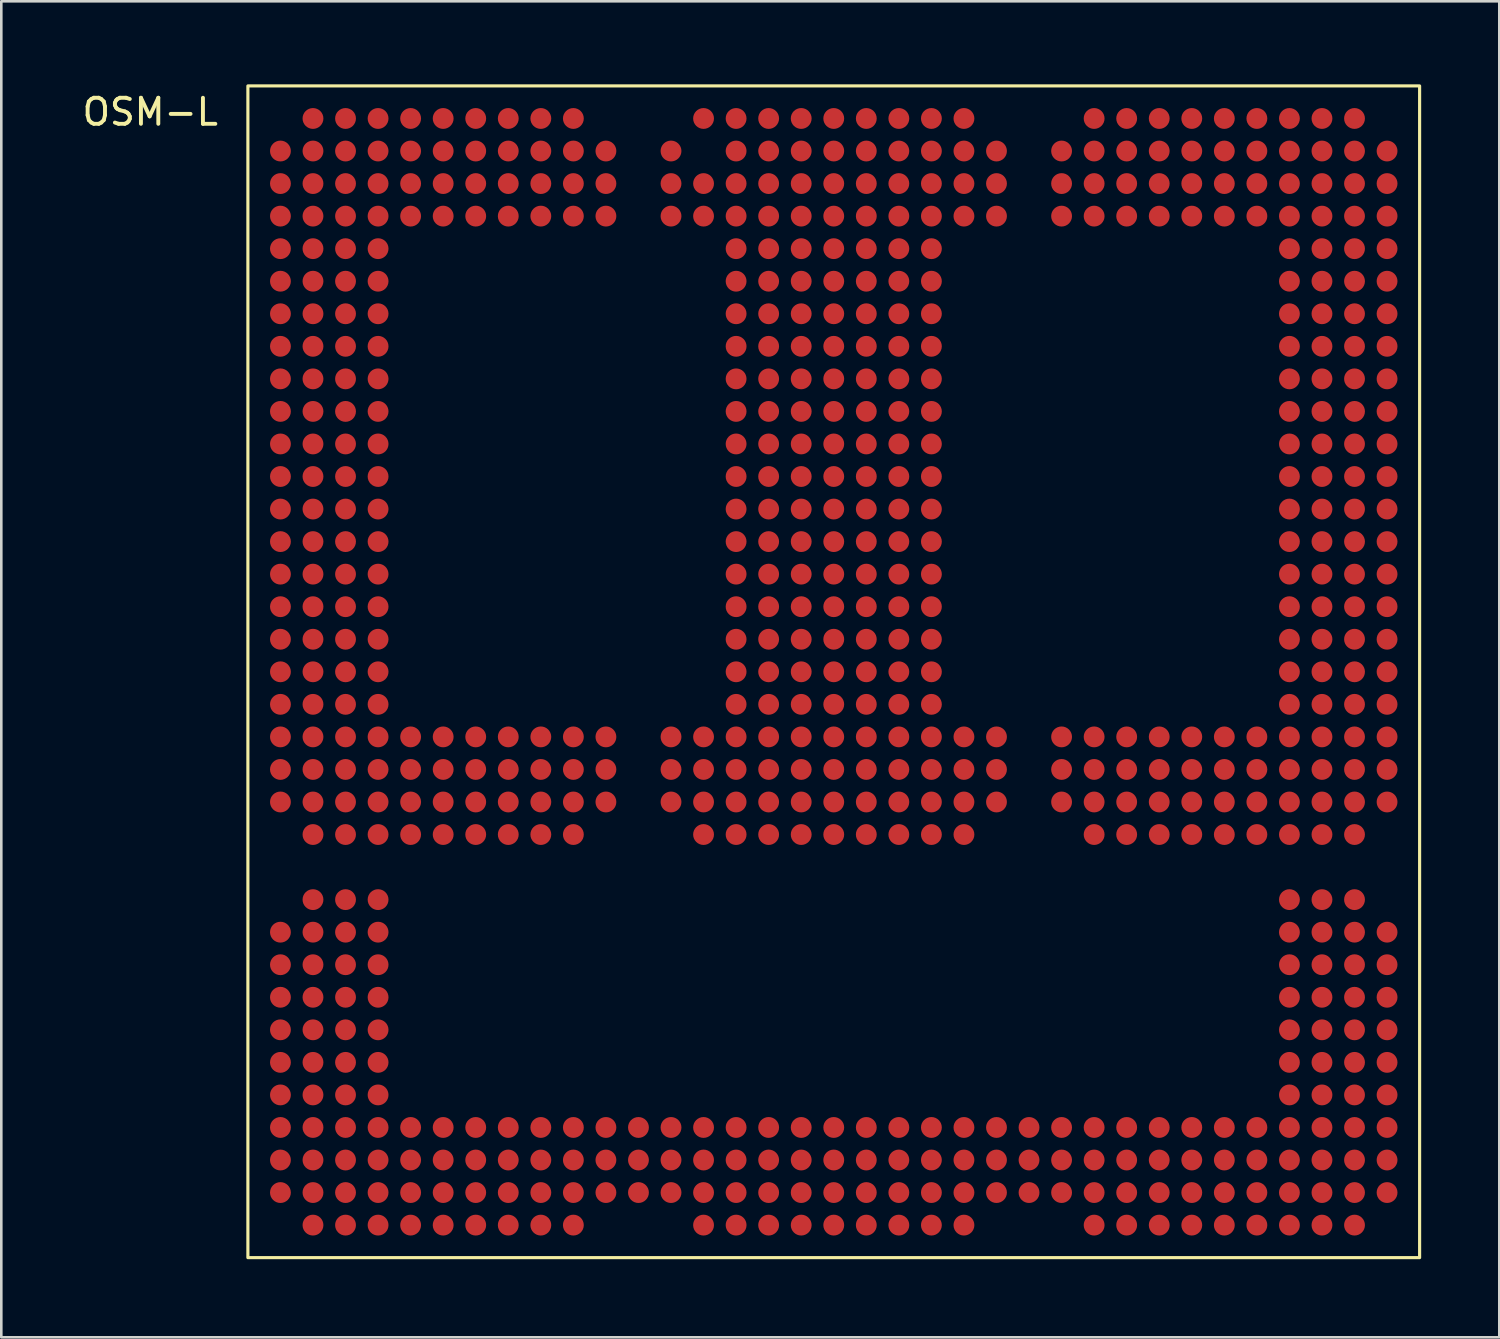
<source format=kicad_pcb>
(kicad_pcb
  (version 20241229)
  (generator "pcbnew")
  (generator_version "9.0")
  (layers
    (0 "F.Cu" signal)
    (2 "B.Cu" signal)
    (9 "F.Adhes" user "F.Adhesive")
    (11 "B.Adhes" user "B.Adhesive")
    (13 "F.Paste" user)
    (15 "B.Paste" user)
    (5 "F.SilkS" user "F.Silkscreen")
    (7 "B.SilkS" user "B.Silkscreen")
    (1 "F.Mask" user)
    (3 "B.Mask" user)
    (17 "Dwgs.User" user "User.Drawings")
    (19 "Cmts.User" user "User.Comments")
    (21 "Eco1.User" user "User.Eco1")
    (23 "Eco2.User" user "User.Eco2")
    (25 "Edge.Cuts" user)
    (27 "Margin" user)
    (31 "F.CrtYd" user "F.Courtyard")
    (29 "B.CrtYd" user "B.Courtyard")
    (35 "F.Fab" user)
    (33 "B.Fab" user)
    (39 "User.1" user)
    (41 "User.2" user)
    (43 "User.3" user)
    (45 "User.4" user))
  (footprint "OSM-L"
    (layer "F.Cu")
    (at 6.47 0.25)
    (property "Reference" "OSM-L" (at -3.75 1 0) (unlocked yes) (layer "F.SilkS") (effects (font (size 1 1) (thickness 0.15))))
    (attr smd)
    (fp_rect (start 0 0) (end 45 45) (stroke (width 0.12) (type solid)) (fill no) (layer "F.SilkS"))
    (pad "A2" smd circle (at 2.5 1.25) (size 0.8 0.8) (property pad_prop_bga) (layers "F.Cu" "F.Mask" "F.Paste"))
    (pad "A3" smd circle (at 3.75 1.25) (size 0.8 0.8) (property pad_prop_bga) (layers "F.Cu" "F.Mask" "F.Paste"))
    (pad "A4" smd circle (at 5 1.25) (size 0.8 0.8) (property pad_prop_bga) (layers "F.Cu" "F.Mask" "F.Paste"))
    (pad "A5" smd circle (at 6.25 1.25) (size 0.8 0.8) (property pad_prop_bga) (layers "F.Cu" "F.Mask" "F.Paste"))
    (pad "A6" smd circle (at 7.5 1.25) (size 0.8 0.8) (property pad_prop_bga) (layers "F.Cu" "F.Mask" "F.Paste"))
    (pad "A7" smd circle (at 8.75 1.25) (size 0.8 0.8) (property pad_prop_bga) (layers "F.Cu" "F.Mask" "F.Paste"))
    (pad "A8" smd circle (at 10 1.25) (size 0.8 0.8) (property pad_prop_bga) (layers "F.Cu" "F.Mask" "F.Paste"))
    (pad "A9" smd circle (at 11.25 1.25) (size 0.8 0.8) (property pad_prop_bga) (layers "F.Cu" "F.Mask" "F.Paste"))
    (pad "A10" smd circle (at 12.5 1.25) (size 0.8 0.8) (property pad_prop_bga) (layers "F.Cu" "F.Mask" "F.Paste"))
    (pad "A14" smd circle (at 17.5 1.25) (size 0.8 0.8) (property pad_prop_bga) (layers "F.Cu" "F.Mask" "F.Paste"))
    (pad "A15" smd circle (at 18.75 1.25) (size 0.8 0.8) (property pad_prop_bga) (layers "F.Cu" "F.Mask" "F.Paste"))
    (pad "A16" smd circle (at 20 1.25) (size 0.8 0.8) (property pad_prop_bga) (layers "F.Cu" "F.Mask" "F.Paste"))
    (pad "A17" smd circle (at 21.25 1.25) (size 0.8 0.8) (property pad_prop_bga) (layers "F.Cu" "F.Mask" "F.Paste"))
    (pad "A18" smd circle (at 22.5 1.25) (size 0.8 0.8) (property pad_prop_bga) (layers "F.Cu" "F.Mask" "F.Paste"))
    (pad "A19" smd circle (at 23.75 1.25) (size 0.8 0.8) (property pad_prop_bga) (layers "F.Cu" "F.Mask" "F.Paste"))
    (pad "A20" smd circle (at 25 1.25) (size 0.8 0.8) (property pad_prop_bga) (layers "F.Cu" "F.Mask" "F.Paste"))
    (pad "A21" smd circle (at 26.25 1.25) (size 0.8 0.8) (property pad_prop_bga) (layers "F.Cu" "F.Mask" "F.Paste"))
    (pad "A22" smd circle (at 27.5 1.25) (size 0.8 0.8) (property pad_prop_bga) (layers "F.Cu" "F.Mask" "F.Paste"))
    (pad "A26" smd circle (at 32.5 1.25) (size 0.8 0.8) (property pad_prop_bga) (layers "F.Cu" "F.Mask" "F.Paste"))
    (pad "A27" smd circle (at 33.75 1.25) (size 0.8 0.8) (property pad_prop_bga) (layers "F.Cu" "F.Mask" "F.Paste"))
    (pad "A28" smd circle (at 35 1.25) (size 0.8 0.8) (property pad_prop_bga) (layers "F.Cu" "F.Mask" "F.Paste"))
    (pad "A29" smd circle (at 36.25 1.25) (size 0.8 0.8) (property pad_prop_bga) (layers "F.Cu" "F.Mask" "F.Paste"))
    (pad "A30" smd circle (at 37.5 1.25) (size 0.8 0.8) (property pad_prop_bga) (layers "F.Cu" "F.Mask" "F.Paste"))
    (pad "A31" smd circle (at 38.75 1.25) (size 0.8 0.8) (property pad_prop_bga) (layers "F.Cu" "F.Mask" "F.Paste"))
    (pad "A32" smd circle (at 40 1.25) (size 0.8 0.8) (property pad_prop_bga) (layers "F.Cu" "F.Mask" "F.Paste"))
    (pad "A33" smd circle (at 41.25 1.25) (size 0.8 0.8) (property pad_prop_bga) (layers "F.Cu" "F.Mask" "F.Paste"))
    (pad "A34" smd circle (at 42.5 1.25) (size 0.8 0.8) (property pad_prop_bga) (layers "F.Cu" "F.Mask" "F.Paste"))
    (pad "AA1" smd circle (at 1.25 26.25) (size 0.8 0.8) (property pad_prop_bga) (layers "F.Cu" "F.Mask" "F.Paste"))
    (pad "AA2" smd circle (at 2.5 26.25) (size 0.8 0.8) (property pad_prop_bga) (layers "F.Cu" "F.Mask" "F.Paste"))
    (pad "AA3" smd circle (at 3.75 26.25) (size 0.8 0.8) (property pad_prop_bga) (layers "F.Cu" "F.Mask" "F.Paste"))
    (pad "AA4" smd circle (at 5 26.25) (size 0.8 0.8) (property pad_prop_bga) (layers "F.Cu" "F.Mask" "F.Paste"))
    (pad "AA5" smd circle (at 6.25 26.25) (size 0.8 0.8) (property pad_prop_bga) (layers "F.Cu" "F.Mask" "F.Paste"))
    (pad "AA6" smd circle (at 7.5 26.25) (size 0.8 0.8) (property pad_prop_bga) (layers "F.Cu" "F.Mask" "F.Paste"))
    (pad "AA7" smd circle (at 8.75 26.25) (size 0.8 0.8) (property pad_prop_bga) (layers "F.Cu" "F.Mask" "F.Paste"))
    (pad "AA8" smd circle (at 10 26.25) (size 0.8 0.8) (property pad_prop_bga) (layers "F.Cu" "F.Mask" "F.Paste"))
    (pad "AA9" smd circle (at 11.25 26.25) (size 0.8 0.8) (property pad_prop_bga) (layers "F.Cu" "F.Mask" "F.Paste"))
    (pad "AA10" smd circle (at 12.5 26.25) (size 0.8 0.8) (property pad_prop_bga) (layers "F.Cu" "F.Mask" "F.Paste"))
    (pad "AA11" smd circle (at 13.75 26.25) (size 0.8 0.8) (property pad_prop_bga) (layers "F.Cu" "F.Mask" "F.Paste"))
    (pad "AA13" smd circle (at 16.25 26.25) (size 0.8 0.8) (property pad_prop_bga) (layers "F.Cu" "F.Mask" "F.Paste"))
    (pad "AA14" smd circle (at 17.5 26.25) (size 0.8 0.8) (property pad_prop_bga) (layers "F.Cu" "F.Mask" "F.Paste"))
    (pad "AA15" smd circle (at 18.75 26.25) (size 0.8 0.8) (property pad_prop_bga) (layers "F.Cu" "F.Mask" "F.Paste"))
    (pad "AA16" smd circle (at 20 26.25) (size 0.8 0.8) (property pad_prop_bga) (layers "F.Cu" "F.Mask" "F.Paste"))
    (pad "AA17" smd circle (at 21.25 26.25) (size 0.8 0.8) (property pad_prop_bga) (layers "F.Cu" "F.Mask" "F.Paste"))
    (pad "AA18" smd circle (at 22.5 26.25) (size 0.8 0.8) (property pad_prop_bga) (layers "F.Cu" "F.Mask" "F.Paste"))
    (pad "AA19" smd circle (at 23.75 26.25) (size 0.8 0.8) (property pad_prop_bga) (layers "F.Cu" "F.Mask" "F.Paste"))
    (pad "AA20" smd circle (at 25 26.25) (size 0.8 0.8) (property pad_prop_bga) (layers "F.Cu" "F.Mask" "F.Paste"))
    (pad "AA21" smd circle (at 26.25 26.25) (size 0.8 0.8) (property pad_prop_bga) (layers "F.Cu" "F.Mask" "F.Paste"))
    (pad "AA22" smd circle (at 27.5 26.25) (size 0.8 0.8) (property pad_prop_bga) (layers "F.Cu" "F.Mask" "F.Paste"))
    (pad "AA23" smd circle (at 28.75 26.25) (size 0.8 0.8) (property pad_prop_bga) (layers "F.Cu" "F.Mask" "F.Paste"))
    (pad "AA25" smd circle (at 31.25 26.25) (size 0.8 0.8) (property pad_prop_bga) (layers "F.Cu" "F.Mask" "F.Paste"))
    (pad "AA26" smd circle (at 32.5 26.25) (size 0.8 0.8) (property pad_prop_bga) (layers "F.Cu" "F.Mask" "F.Paste"))
    (pad "AA27" smd circle (at 33.75 26.25) (size 0.8 0.8) (property pad_prop_bga) (layers "F.Cu" "F.Mask" "F.Paste"))
    (pad "AA28" smd circle (at 35 26.25) (size 0.8 0.8) (property pad_prop_bga) (layers "F.Cu" "F.Mask" "F.Paste"))
    (pad "AA29" smd circle (at 36.25 26.25) (size 0.8 0.8) (property pad_prop_bga) (layers "F.Cu" "F.Mask" "F.Paste"))
    (pad "AA30" smd circle (at 37.5 26.25) (size 0.8 0.8) (property pad_prop_bga) (layers "F.Cu" "F.Mask" "F.Paste"))
    (pad "AA31" smd circle (at 38.75 26.25) (size 0.8 0.8) (property pad_prop_bga) (layers "F.Cu" "F.Mask" "F.Paste"))
    (pad "AA32" smd circle (at 40 26.25) (size 0.8 0.8) (property pad_prop_bga) (layers "F.Cu" "F.Mask" "F.Paste"))
    (pad "AA33" smd circle (at 41.25 26.25) (size 0.8 0.8) (property pad_prop_bga) (layers "F.Cu" "F.Mask" "F.Paste"))
    (pad "AA34" smd circle (at 42.5 26.25) (size 0.8 0.8) (property pad_prop_bga) (layers "F.Cu" "F.Mask" "F.Paste"))
    (pad "AA35" smd circle (at 43.75 26.25) (size 0.8 0.8) (property pad_prop_bga) (layers "F.Cu" "F.Mask" "F.Paste"))
    (pad "AB1" smd circle (at 1.25 27.5) (size 0.8 0.8) (property pad_prop_bga) (layers "F.Cu" "F.Mask" "F.Paste"))
    (pad "AB2" smd circle (at 2.5 27.5) (size 0.8 0.8) (property pad_prop_bga) (layers "F.Cu" "F.Mask" "F.Paste"))
    (pad "AB3" smd circle (at 3.75 27.5) (size 0.8 0.8) (property pad_prop_bga) (layers "F.Cu" "F.Mask" "F.Paste"))
    (pad "AB4" smd circle (at 5 27.5) (size 0.8 0.8) (property pad_prop_bga) (layers "F.Cu" "F.Mask" "F.Paste"))
    (pad "AB5" smd circle (at 6.25 27.5) (size 0.8 0.8) (property pad_prop_bga) (layers "F.Cu" "F.Mask" "F.Paste"))
    (pad "AB6" smd circle (at 7.5 27.5) (size 0.8 0.8) (property pad_prop_bga) (layers "F.Cu" "F.Mask" "F.Paste"))
    (pad "AB7" smd circle (at 8.75 27.5) (size 0.8 0.8) (property pad_prop_bga) (layers "F.Cu" "F.Mask" "F.Paste"))
    (pad "AB8" smd circle (at 10 27.5) (size 0.8 0.8) (property pad_prop_bga) (layers "F.Cu" "F.Mask" "F.Paste"))
    (pad "AB9" smd circle (at 11.25 27.5) (size 0.8 0.8) (property pad_prop_bga) (layers "F.Cu" "F.Mask" "F.Paste"))
    (pad "AB10" smd circle (at 12.5 27.5) (size 0.8 0.8) (property pad_prop_bga) (layers "F.Cu" "F.Mask" "F.Paste"))
    (pad "AB11" smd circle (at 13.75 27.5) (size 0.8 0.8) (property pad_prop_bga) (layers "F.Cu" "F.Mask" "F.Paste"))
    (pad "AB13" smd circle (at 16.25 27.5) (size 0.8 0.8) (property pad_prop_bga) (layers "F.Cu" "F.Mask" "F.Paste"))
    (pad "AB14" smd circle (at 17.5 27.5) (size 0.8 0.8) (property pad_prop_bga) (layers "F.Cu" "F.Mask" "F.Paste"))
    (pad "AB15" smd circle (at 18.75 27.5) (size 0.8 0.8) (property pad_prop_bga) (layers "F.Cu" "F.Mask" "F.Paste"))
    (pad "AB16" smd circle (at 20 27.5) (size 0.8 0.8) (property pad_prop_bga) (layers "F.Cu" "F.Mask" "F.Paste"))
    (pad "AB17" smd circle (at 21.25 27.5) (size 0.8 0.8) (property pad_prop_bga) (layers "F.Cu" "F.Mask" "F.Paste"))
    (pad "AB18" smd circle (at 22.5 27.5) (size 0.8 0.8) (property pad_prop_bga) (layers "F.Cu" "F.Mask" "F.Paste"))
    (pad "AB19" smd circle (at 23.75 27.5) (size 0.8 0.8) (property pad_prop_bga) (layers "F.Cu" "F.Mask" "F.Paste"))
    (pad "AB20" smd circle (at 25 27.5) (size 0.8 0.8) (property pad_prop_bga) (layers "F.Cu" "F.Mask" "F.Paste"))
    (pad "AB21" smd circle (at 26.25 27.5) (size 0.8 0.8) (property pad_prop_bga) (layers "F.Cu" "F.Mask" "F.Paste"))
    (pad "AB22" smd circle (at 27.5 27.5) (size 0.8 0.8) (property pad_prop_bga) (layers "F.Cu" "F.Mask" "F.Paste"))
    (pad "AB23" smd circle (at 28.75 27.5) (size 0.8 0.8) (property pad_prop_bga) (layers "F.Cu" "F.Mask" "F.Paste"))
    (pad "AB25" smd circle (at 31.25 27.5) (size 0.8 0.8) (property pad_prop_bga) (layers "F.Cu" "F.Mask" "F.Paste"))
    (pad "AB26" smd circle (at 32.5 27.5) (size 0.8 0.8) (property pad_prop_bga) (layers "F.Cu" "F.Mask" "F.Paste"))
    (pad "AB27" smd circle (at 33.75 27.5) (size 0.8 0.8) (property pad_prop_bga) (layers "F.Cu" "F.Mask" "F.Paste"))
    (pad "AB28" smd circle (at 35 27.5) (size 0.8 0.8) (property pad_prop_bga) (layers "F.Cu" "F.Mask" "F.Paste"))
    (pad "AB29" smd circle (at 36.25 27.5) (size 0.8 0.8) (property pad_prop_bga) (layers "F.Cu" "F.Mask" "F.Paste"))
    (pad "AB30" smd circle (at 37.5 27.5) (size 0.8 0.8) (property pad_prop_bga) (layers "F.Cu" "F.Mask" "F.Paste"))
    (pad "AB31" smd circle (at 38.75 27.5) (size 0.8 0.8) (property pad_prop_bga) (layers "F.Cu" "F.Mask" "F.Paste"))
    (pad "AB32" smd circle (at 40 27.5) (size 0.8 0.8) (property pad_prop_bga) (layers "F.Cu" "F.Mask" "F.Paste"))
    (pad "AB33" smd circle (at 41.25 27.5) (size 0.8 0.8) (property pad_prop_bga) (layers "F.Cu" "F.Mask" "F.Paste"))
    (pad "AB34" smd circle (at 42.5 27.5) (size 0.8 0.8) (property pad_prop_bga) (layers "F.Cu" "F.Mask" "F.Paste"))
    (pad "AB35" smd circle (at 43.75 27.5) (size 0.8 0.8) (property pad_prop_bga) (layers "F.Cu" "F.Mask" "F.Paste"))
    (pad "AC2" smd circle (at 2.5 28.75) (size 0.8 0.8) (property pad_prop_bga) (layers "F.Cu" "F.Mask" "F.Paste"))
    (pad "AC3" smd circle (at 3.75 28.75) (size 0.8 0.8) (property pad_prop_bga) (layers "F.Cu" "F.Mask" "F.Paste"))
    (pad "AC4" smd circle (at 5 28.75) (size 0.8 0.8) (property pad_prop_bga) (layers "F.Cu" "F.Mask" "F.Paste"))
    (pad "AC5" smd circle (at 6.25 28.75) (size 0.8 0.8) (property pad_prop_bga) (layers "F.Cu" "F.Mask" "F.Paste"))
    (pad "AC6" smd circle (at 7.5 28.75) (size 0.8 0.8) (property pad_prop_bga) (layers "F.Cu" "F.Mask" "F.Paste"))
    (pad "AC7" smd circle (at 8.75 28.75) (size 0.8 0.8) (property pad_prop_bga) (layers "F.Cu" "F.Mask" "F.Paste"))
    (pad "AC8" smd circle (at 10 28.75) (size 0.8 0.8) (property pad_prop_bga) (layers "F.Cu" "F.Mask" "F.Paste"))
    (pad "AC9" smd circle (at 11.25 28.75) (size 0.8 0.8) (property pad_prop_bga) (layers "F.Cu" "F.Mask" "F.Paste"))
    (pad "AC10" smd circle (at 12.5 28.75) (size 0.8 0.8) (property pad_prop_bga) (layers "F.Cu" "F.Mask" "F.Paste"))
    (pad "AC14" smd circle (at 17.5 28.75) (size 0.8 0.8) (property pad_prop_bga) (layers "F.Cu" "F.Mask" "F.Paste"))
    (pad "AC15" smd circle (at 18.75 28.75) (size 0.8 0.8) (property pad_prop_bga) (layers "F.Cu" "F.Mask" "F.Paste"))
    (pad "AC16" smd circle (at 20 28.75) (size 0.8 0.8) (property pad_prop_bga) (layers "F.Cu" "F.Mask" "F.Paste"))
    (pad "AC17" smd circle (at 21.25 28.75) (size 0.8 0.8) (property pad_prop_bga) (layers "F.Cu" "F.Mask" "F.Paste"))
    (pad "AC18" smd circle (at 22.5 28.75) (size 0.8 0.8) (property pad_prop_bga) (layers "F.Cu" "F.Mask" "F.Paste"))
    (pad "AC19" smd circle (at 23.75 28.75) (size 0.8 0.8) (property pad_prop_bga) (layers "F.Cu" "F.Mask" "F.Paste"))
    (pad "AC20" smd circle (at 25 28.75) (size 0.8 0.8) (property pad_prop_bga) (layers "F.Cu" "F.Mask" "F.Paste"))
    (pad "AC21" smd circle (at 26.25 28.75) (size 0.8 0.8) (property pad_prop_bga) (layers "F.Cu" "F.Mask" "F.Paste"))
    (pad "AC22" smd circle (at 27.5 28.75) (size 0.8 0.8) (property pad_prop_bga) (layers "F.Cu" "F.Mask" "F.Paste"))
    (pad "AC26" smd circle (at 32.5 28.75) (size 0.8 0.8) (property pad_prop_bga) (layers "F.Cu" "F.Mask" "F.Paste"))
    (pad "AC27" smd circle (at 33.75 28.75) (size 0.8 0.8) (property pad_prop_bga) (layers "F.Cu" "F.Mask" "F.Paste"))
    (pad "AC28" smd circle (at 35 28.75) (size 0.8 0.8) (property pad_prop_bga) (layers "F.Cu" "F.Mask" "F.Paste"))
    (pad "AC29" smd circle (at 36.25 28.75) (size 0.8 0.8) (property pad_prop_bga) (layers "F.Cu" "F.Mask" "F.Paste"))
    (pad "AC30" smd circle (at 37.5 28.75) (size 0.8 0.8) (property pad_prop_bga) (layers "F.Cu" "F.Mask" "F.Paste"))
    (pad "AC31" smd circle (at 38.75 28.75) (size 0.8 0.8) (property pad_prop_bga) (layers "F.Cu" "F.Mask" "F.Paste"))
    (pad "AC32" smd circle (at 40 28.75) (size 0.8 0.8) (property pad_prop_bga) (layers "F.Cu" "F.Mask" "F.Paste"))
    (pad "AC33" smd circle (at 41.25 28.75) (size 0.8 0.8) (property pad_prop_bga) (layers "F.Cu" "F.Mask" "F.Paste"))
    (pad "AC34" smd circle (at 42.5 28.75) (size 0.8 0.8) (property pad_prop_bga) (layers "F.Cu" "F.Mask" "F.Paste"))
    (pad "AE2" smd circle (at 2.5 31.25) (size 0.8 0.8) (property pad_prop_bga) (layers "F.Cu" "F.Mask" "F.Paste"))
    (pad "AE3" smd circle (at 3.75 31.25) (size 0.8 0.8) (property pad_prop_bga) (layers "F.Cu" "F.Mask" "F.Paste"))
    (pad "AE4" smd circle (at 5 31.25) (size 0.8 0.8) (property pad_prop_bga) (layers "F.Cu" "F.Mask" "F.Paste"))
    (pad "AE32" smd circle (at 40 31.25) (size 0.8 0.8) (property pad_prop_bga) (layers "F.Cu" "F.Mask" "F.Paste"))
    (pad "AE33" smd circle (at 41.25 31.25) (size 0.8 0.8) (property pad_prop_bga) (layers "F.Cu" "F.Mask" "F.Paste"))
    (pad "AE34" smd circle (at 42.5 31.25) (size 0.8 0.8) (property pad_prop_bga) (layers "F.Cu" "F.Mask" "F.Paste"))
    (pad "AF1" smd circle (at 1.25 32.5) (size 0.8 0.8) (property pad_prop_bga) (layers "F.Cu" "F.Mask" "F.Paste"))
    (pad "AF2" smd circle (at 2.5 32.5) (size 0.8 0.8) (property pad_prop_bga) (layers "F.Cu" "F.Mask" "F.Paste"))
    (pad "AF3" smd circle (at 3.75 32.5) (size 0.8 0.8) (property pad_prop_bga) (layers "F.Cu" "F.Mask" "F.Paste"))
    (pad "AF4" smd circle (at 5 32.5) (size 0.8 0.8) (property pad_prop_bga) (layers "F.Cu" "F.Mask" "F.Paste"))
    (pad "AF32" smd circle (at 40 32.5) (size 0.8 0.8) (property pad_prop_bga) (layers "F.Cu" "F.Mask" "F.Paste"))
    (pad "AF33" smd circle (at 41.25 32.5) (size 0.8 0.8) (property pad_prop_bga) (layers "F.Cu" "F.Mask" "F.Paste"))
    (pad "AF34" smd circle (at 42.5 32.5) (size 0.8 0.8) (property pad_prop_bga) (layers "F.Cu" "F.Mask" "F.Paste"))
    (pad "AF35" smd circle (at 43.75 32.5) (size 0.8 0.8) (property pad_prop_bga) (layers "F.Cu" "F.Mask" "F.Paste"))
    (pad "AG1" smd circle (at 1.25 33.75) (size 0.8 0.8) (property pad_prop_bga) (layers "F.Cu" "F.Mask" "F.Paste"))
    (pad "AG2" smd circle (at 2.5 33.75) (size 0.8 0.8) (property pad_prop_bga) (layers "F.Cu" "F.Mask" "F.Paste"))
    (pad "AG3" smd circle (at 3.75 33.75) (size 0.8 0.8) (property pad_prop_bga) (layers "F.Cu" "F.Mask" "F.Paste"))
    (pad "AG4" smd circle (at 5 33.75) (size 0.8 0.8) (property pad_prop_bga) (layers "F.Cu" "F.Mask" "F.Paste"))
    (pad "AG32" smd circle (at 40 33.75) (size 0.8 0.8) (property pad_prop_bga) (layers "F.Cu" "F.Mask" "F.Paste"))
    (pad "AG33" smd circle (at 41.25 33.75) (size 0.8 0.8) (property pad_prop_bga) (layers "F.Cu" "F.Mask" "F.Paste"))
    (pad "AG34" smd circle (at 42.5 33.75) (size 0.8 0.8) (property pad_prop_bga) (layers "F.Cu" "F.Mask" "F.Paste"))
    (pad "AG35" smd circle (at 43.75 33.75) (size 0.8 0.8) (property pad_prop_bga) (layers "F.Cu" "F.Mask" "F.Paste"))
    (pad "AH1" smd circle (at 1.25 35) (size 0.8 0.8) (property pad_prop_bga) (layers "F.Cu" "F.Mask" "F.Paste"))
    (pad "AH2" smd circle (at 2.5 35) (size 0.8 0.8) (property pad_prop_bga) (layers "F.Cu" "F.Mask" "F.Paste"))
    (pad "AH3" smd circle (at 3.75 35) (size 0.8 0.8) (property pad_prop_bga) (layers "F.Cu" "F.Mask" "F.Paste"))
    (pad "AH4" smd circle (at 5 35) (size 0.8 0.8) (property pad_prop_bga) (layers "F.Cu" "F.Mask" "F.Paste"))
    (pad "AH32" smd circle (at 40 35) (size 0.8 0.8) (property pad_prop_bga) (layers "F.Cu" "F.Mask" "F.Paste"))
    (pad "AH33" smd circle (at 41.25 35) (size 0.8 0.8) (property pad_prop_bga) (layers "F.Cu" "F.Mask" "F.Paste"))
    (pad "AH34" smd circle (at 42.5 35) (size 0.8 0.8) (property pad_prop_bga) (layers "F.Cu" "F.Mask" "F.Paste"))
    (pad "AH35" smd circle (at 43.75 35) (size 0.8 0.8) (property pad_prop_bga) (layers "F.Cu" "F.Mask" "F.Paste"))
    (pad "AJ1" smd circle (at 1.25 36.25) (size 0.8 0.8) (property pad_prop_bga) (layers "F.Cu" "F.Mask" "F.Paste"))
    (pad "AJ2" smd circle (at 2.5 36.25) (size 0.8 0.8) (property pad_prop_bga) (layers "F.Cu" "F.Mask" "F.Paste"))
    (pad "AJ3" smd circle (at 3.75 36.25) (size 0.8 0.8) (property pad_prop_bga) (layers "F.Cu" "F.Mask" "F.Paste"))
    (pad "AJ4" smd circle (at 5 36.25) (size 0.8 0.8) (property pad_prop_bga) (layers "F.Cu" "F.Mask" "F.Paste"))
    (pad "AJ32" smd circle (at 40 36.25) (size 0.8 0.8) (property pad_prop_bga) (layers "F.Cu" "F.Mask" "F.Paste"))
    (pad "AJ33" smd circle (at 41.25 36.25) (size 0.8 0.8) (property pad_prop_bga) (layers "F.Cu" "F.Mask" "F.Paste"))
    (pad "AJ34" smd circle (at 42.5 36.25) (size 0.8 0.8) (property pad_prop_bga) (layers "F.Cu" "F.Mask" "F.Paste"))
    (pad "AJ35" smd circle (at 43.75 36.25) (size 0.8 0.8) (property pad_prop_bga) (layers "F.Cu" "F.Mask" "F.Paste"))
    (pad "AK1" smd circle (at 1.25 37.5) (size 0.8 0.8) (property pad_prop_bga) (layers "F.Cu" "F.Mask" "F.Paste"))
    (pad "AK2" smd circle (at 2.5 37.5) (size 0.8 0.8) (property pad_prop_bga) (layers "F.Cu" "F.Mask" "F.Paste"))
    (pad "AK3" smd circle (at 3.75 37.5) (size 0.8 0.8) (property pad_prop_bga) (layers "F.Cu" "F.Mask" "F.Paste"))
    (pad "AK4" smd circle (at 5 37.5) (size 0.8 0.8) (property pad_prop_bga) (layers "F.Cu" "F.Mask" "F.Paste"))
    (pad "AK32" smd circle (at 40 37.5) (size 0.8 0.8) (property pad_prop_bga) (layers "F.Cu" "F.Mask" "F.Paste"))
    (pad "AK33" smd circle (at 41.25 37.5) (size 0.8 0.8) (property pad_prop_bga) (layers "F.Cu" "F.Mask" "F.Paste"))
    (pad "AK34" smd circle (at 42.5 37.5) (size 0.8 0.8) (property pad_prop_bga) (layers "F.Cu" "F.Mask" "F.Paste"))
    (pad "AK35" smd circle (at 43.75 37.5) (size 0.8 0.8) (property pad_prop_bga) (layers "F.Cu" "F.Mask" "F.Paste"))
    (pad "AL1" smd circle (at 1.25 38.75) (size 0.8 0.8) (property pad_prop_bga) (layers "F.Cu" "F.Mask" "F.Paste"))
    (pad "AL2" smd circle (at 2.5 38.75) (size 0.8 0.8) (property pad_prop_bga) (layers "F.Cu" "F.Mask" "F.Paste"))
    (pad "AL3" smd circle (at 3.75 38.75) (size 0.8 0.8) (property pad_prop_bga) (layers "F.Cu" "F.Mask" "F.Paste"))
    (pad "AL4" smd circle (at 5 38.75) (size 0.8 0.8) (property pad_prop_bga) (layers "F.Cu" "F.Mask" "F.Paste"))
    (pad "AL32" smd circle (at 40 38.75) (size 0.8 0.8) (property pad_prop_bga) (layers "F.Cu" "F.Mask" "F.Paste"))
    (pad "AL33" smd circle (at 41.25 38.75) (size 0.8 0.8) (property pad_prop_bga) (layers "F.Cu" "F.Mask" "F.Paste"))
    (pad "AL34" smd circle (at 42.5 38.75) (size 0.8 0.8) (property pad_prop_bga) (layers "F.Cu" "F.Mask" "F.Paste"))
    (pad "AL35" smd circle (at 43.75 38.75) (size 0.8 0.8) (property pad_prop_bga) (layers "F.Cu" "F.Mask" "F.Paste"))
    (pad "AM1" smd circle (at 1.25 40) (size 0.8 0.8) (property pad_prop_bga) (layers "F.Cu" "F.Mask" "F.Paste"))
    (pad "AM2" smd circle (at 2.5 40) (size 0.8 0.8) (property pad_prop_bga) (layers "F.Cu" "F.Mask" "F.Paste"))
    (pad "AM3" smd circle (at 3.75 40) (size 0.8 0.8) (property pad_prop_bga) (layers "F.Cu" "F.Mask" "F.Paste"))
    (pad "AM4" smd circle (at 5 40) (size 0.8 0.8) (property pad_prop_bga) (layers "F.Cu" "F.Mask" "F.Paste"))
    (pad "AM5" smd circle (at 6.25 40) (size 0.8 0.8) (property pad_prop_bga) (layers "F.Cu" "F.Mask" "F.Paste"))
    (pad "AM6" smd circle (at 7.5 40) (size 0.8 0.8) (property pad_prop_bga) (layers "F.Cu" "F.Mask" "F.Paste"))
    (pad "AM7" smd circle (at 8.75 40) (size 0.8 0.8) (property pad_prop_bga) (layers "F.Cu" "F.Mask" "F.Paste"))
    (pad "AM8" smd circle (at 10 40) (size 0.8 0.8) (property pad_prop_bga) (layers "F.Cu" "F.Mask" "F.Paste"))
    (pad "AM9" smd circle (at 11.25 40) (size 0.8 0.8) (property pad_prop_bga) (layers "F.Cu" "F.Mask" "F.Paste"))
    (pad "AM10" smd circle (at 12.5 40) (size 0.8 0.8) (property pad_prop_bga) (layers "F.Cu" "F.Mask" "F.Paste"))
    (pad "AM11" smd circle (at 13.75 40) (size 0.8 0.8) (property pad_prop_bga) (layers "F.Cu" "F.Mask" "F.Paste"))
    (pad "AM12" smd circle (at 15 40) (size 0.8 0.8) (property pad_prop_bga) (layers "F.Cu" "F.Mask" "F.Paste"))
    (pad "AM13" smd circle (at 16.25 40) (size 0.8 0.8) (property pad_prop_bga) (layers "F.Cu" "F.Mask" "F.Paste"))
    (pad "AM14" smd circle (at 17.5 40) (size 0.8 0.8) (property pad_prop_bga) (layers "F.Cu" "F.Mask" "F.Paste"))
    (pad "AM15" smd circle (at 18.75 40) (size 0.8 0.8) (property pad_prop_bga) (layers "F.Cu" "F.Mask" "F.Paste"))
    (pad "AM16" smd circle (at 20 40) (size 0.8 0.8) (property pad_prop_bga) (layers "F.Cu" "F.Mask" "F.Paste"))
    (pad "AM17" smd circle (at 21.25 40) (size 0.8 0.8) (property pad_prop_bga) (layers "F.Cu" "F.Mask" "F.Paste"))
    (pad "AM18" smd circle (at 22.5 40) (size 0.8 0.8) (property pad_prop_bga) (layers "F.Cu" "F.Mask" "F.Paste"))
    (pad "AM19" smd circle (at 23.75 40) (size 0.8 0.8) (property pad_prop_bga) (layers "F.Cu" "F.Mask" "F.Paste"))
    (pad "AM20" smd circle (at 25 40) (size 0.8 0.8) (property pad_prop_bga) (layers "F.Cu" "F.Mask" "F.Paste"))
    (pad "AM21" smd circle (at 26.25 40) (size 0.8 0.8) (property pad_prop_bga) (layers "F.Cu" "F.Mask" "F.Paste"))
    (pad "AM22" smd circle (at 27.5 40) (size 0.8 0.8) (property pad_prop_bga) (layers "F.Cu" "F.Mask" "F.Paste"))
    (pad "AM23" smd circle (at 28.75 40) (size 0.8 0.8) (property pad_prop_bga) (layers "F.Cu" "F.Mask" "F.Paste"))
    (pad "AM24" smd circle (at 30 40) (size 0.8 0.8) (property pad_prop_bga) (layers "F.Cu" "F.Mask" "F.Paste"))
    (pad "AM25" smd circle (at 31.25 40) (size 0.8 0.8) (property pad_prop_bga) (layers "F.Cu" "F.Mask" "F.Paste"))
    (pad "AM26" smd circle (at 32.5 40) (size 0.8 0.8) (property pad_prop_bga) (layers "F.Cu" "F.Mask" "F.Paste"))
    (pad "AM27" smd circle (at 33.75 40) (size 0.8 0.8) (property pad_prop_bga) (layers "F.Cu" "F.Mask" "F.Paste"))
    (pad "AM28" smd circle (at 35 40) (size 0.8 0.8) (property pad_prop_bga) (layers "F.Cu" "F.Mask" "F.Paste"))
    (pad "AM29" smd circle (at 36.25 40) (size 0.8 0.8) (property pad_prop_bga) (layers "F.Cu" "F.Mask" "F.Paste"))
    (pad "AM30" smd circle (at 37.5 40) (size 0.8 0.8) (property pad_prop_bga) (layers "F.Cu" "F.Mask" "F.Paste"))
    (pad "AM31" smd circle (at 38.75 40) (size 0.8 0.8) (property pad_prop_bga) (layers "F.Cu" "F.Mask" "F.Paste"))
    (pad "AM32" smd circle (at 40 40) (size 0.8 0.8) (property pad_prop_bga) (layers "F.Cu" "F.Mask" "F.Paste"))
    (pad "AM33" smd circle (at 41.25 40) (size 0.8 0.8) (property pad_prop_bga) (layers "F.Cu" "F.Mask" "F.Paste"))
    (pad "AM34" smd circle (at 42.5 40) (size 0.8 0.8) (property pad_prop_bga) (layers "F.Cu" "F.Mask" "F.Paste"))
    (pad "AM35" smd circle (at 43.75 40) (size 0.8 0.8) (property pad_prop_bga) (layers "F.Cu" "F.Mask" "F.Paste"))
    (pad "AN1" smd circle (at 1.25 41.25) (size 0.8 0.8) (property pad_prop_bga) (layers "F.Cu" "F.Mask" "F.Paste"))
    (pad "AN2" smd circle (at 2.5 41.25) (size 0.8 0.8) (property pad_prop_bga) (layers "F.Cu" "F.Mask" "F.Paste"))
    (pad "AN3" smd circle (at 3.75 41.25) (size 0.8 0.8) (property pad_prop_bga) (layers "F.Cu" "F.Mask" "F.Paste"))
    (pad "AN4" smd circle (at 5 41.25) (size 0.8 0.8) (property pad_prop_bga) (layers "F.Cu" "F.Mask" "F.Paste"))
    (pad "AN5" smd circle (at 6.25 41.25) (size 0.8 0.8) (property pad_prop_bga) (layers "F.Cu" "F.Mask" "F.Paste"))
    (pad "AN6" smd circle (at 7.5 41.25) (size 0.8 0.8) (property pad_prop_bga) (layers "F.Cu" "F.Mask" "F.Paste"))
    (pad "AN7" smd circle (at 8.75 41.25) (size 0.8 0.8) (property pad_prop_bga) (layers "F.Cu" "F.Mask" "F.Paste"))
    (pad "AN8" smd circle (at 10 41.25) (size 0.8 0.8) (property pad_prop_bga) (layers "F.Cu" "F.Mask" "F.Paste"))
    (pad "AN9" smd circle (at 11.25 41.25) (size 0.8 0.8) (property pad_prop_bga) (layers "F.Cu" "F.Mask" "F.Paste"))
    (pad "AN10" smd circle (at 12.5 41.25) (size 0.8 0.8) (property pad_prop_bga) (layers "F.Cu" "F.Mask" "F.Paste"))
    (pad "AN11" smd circle (at 13.75 41.25) (size 0.8 0.8) (property pad_prop_bga) (layers "F.Cu" "F.Mask" "F.Paste"))
    (pad "AN12" smd circle (at 15 41.25) (size 0.8 0.8) (property pad_prop_bga) (layers "F.Cu" "F.Mask" "F.Paste"))
    (pad "AN13" smd circle (at 16.25 41.25) (size 0.8 0.8) (property pad_prop_bga) (layers "F.Cu" "F.Mask" "F.Paste"))
    (pad "AN14" smd circle (at 17.5 41.25) (size 0.8 0.8) (property pad_prop_bga) (layers "F.Cu" "F.Mask" "F.Paste"))
    (pad "AN15" smd circle (at 18.75 41.25) (size 0.8 0.8) (property pad_prop_bga) (layers "F.Cu" "F.Mask" "F.Paste"))
    (pad "AN16" smd circle (at 20 41.25) (size 0.8 0.8) (property pad_prop_bga) (layers "F.Cu" "F.Mask" "F.Paste"))
    (pad "AN17" smd circle (at 21.25 41.25) (size 0.8 0.8) (property pad_prop_bga) (layers "F.Cu" "F.Mask" "F.Paste"))
    (pad "AN18" smd circle (at 22.5 41.25) (size 0.8 0.8) (property pad_prop_bga) (layers "F.Cu" "F.Mask" "F.Paste"))
    (pad "AN19" smd circle (at 23.75 41.25) (size 0.8 0.8) (property pad_prop_bga) (layers "F.Cu" "F.Mask" "F.Paste"))
    (pad "AN20" smd circle (at 25 41.25) (size 0.8 0.8) (property pad_prop_bga) (layers "F.Cu" "F.Mask" "F.Paste"))
    (pad "AN21" smd circle (at 26.25 41.25) (size 0.8 0.8) (property pad_prop_bga) (layers "F.Cu" "F.Mask" "F.Paste"))
    (pad "AN22" smd circle (at 27.5 41.25) (size 0.8 0.8) (property pad_prop_bga) (layers "F.Cu" "F.Mask" "F.Paste"))
    (pad "AN23" smd circle (at 28.75 41.25) (size 0.8 0.8) (property pad_prop_bga) (layers "F.Cu" "F.Mask" "F.Paste"))
    (pad "AN24" smd circle (at 30 41.25) (size 0.8 0.8) (property pad_prop_bga) (layers "F.Cu" "F.Mask" "F.Paste"))
    (pad "AN25" smd circle (at 31.25 41.25) (size 0.8 0.8) (property pad_prop_bga) (layers "F.Cu" "F.Mask" "F.Paste"))
    (pad "AN26" smd circle (at 32.5 41.25) (size 0.8 0.8) (property pad_prop_bga) (layers "F.Cu" "F.Mask" "F.Paste"))
    (pad "AN27" smd circle (at 33.75 41.25) (size 0.8 0.8) (property pad_prop_bga) (layers "F.Cu" "F.Mask" "F.Paste"))
    (pad "AN28" smd circle (at 35 41.25) (size 0.8 0.8) (property pad_prop_bga) (layers "F.Cu" "F.Mask" "F.Paste"))
    (pad "AN29" smd circle (at 36.25 41.25) (size 0.8 0.8) (property pad_prop_bga) (layers "F.Cu" "F.Mask" "F.Paste"))
    (pad "AN30" smd circle (at 37.5 41.25) (size 0.8 0.8) (property pad_prop_bga) (layers "F.Cu" "F.Mask" "F.Paste"))
    (pad "AN31" smd circle (at 38.75 41.25) (size 0.8 0.8) (property pad_prop_bga) (layers "F.Cu" "F.Mask" "F.Paste"))
    (pad "AN32" smd circle (at 40 41.25) (size 0.8 0.8) (property pad_prop_bga) (layers "F.Cu" "F.Mask" "F.Paste"))
    (pad "AN33" smd circle (at 41.25 41.25) (size 0.8 0.8) (property pad_prop_bga) (layers "F.Cu" "F.Mask" "F.Paste"))
    (pad "AN34" smd circle (at 42.5 41.25) (size 0.8 0.8) (property pad_prop_bga) (layers "F.Cu" "F.Mask" "F.Paste"))
    (pad "AN35" smd circle (at 43.75 41.25) (size 0.8 0.8) (property pad_prop_bga) (layers "F.Cu" "F.Mask" "F.Paste"))
    (pad "AP1" smd circle (at 1.25 42.5) (size 0.8 0.8) (property pad_prop_bga) (layers "F.Cu" "F.Mask" "F.Paste"))
    (pad "AP2" smd circle (at 2.5 42.5) (size 0.8 0.8) (property pad_prop_bga) (layers "F.Cu" "F.Mask" "F.Paste"))
    (pad "AP3" smd circle (at 3.75 42.5) (size 0.8 0.8) (property pad_prop_bga) (layers "F.Cu" "F.Mask" "F.Paste"))
    (pad "AP4" smd circle (at 5 42.5) (size 0.8 0.8) (property pad_prop_bga) (layers "F.Cu" "F.Mask" "F.Paste"))
    (pad "AP5" smd circle (at 6.25 42.5) (size 0.8 0.8) (property pad_prop_bga) (layers "F.Cu" "F.Mask" "F.Paste"))
    (pad "AP6" smd circle (at 7.5 42.5) (size 0.8 0.8) (property pad_prop_bga) (layers "F.Cu" "F.Mask" "F.Paste"))
    (pad "AP7" smd circle (at 8.75 42.5) (size 0.8 0.8) (property pad_prop_bga) (layers "F.Cu" "F.Mask" "F.Paste"))
    (pad "AP8" smd circle (at 10 42.5) (size 0.8 0.8) (property pad_prop_bga) (layers "F.Cu" "F.Mask" "F.Paste"))
    (pad "AP9" smd circle (at 11.25 42.5) (size 0.8 0.8) (property pad_prop_bga) (layers "F.Cu" "F.Mask" "F.Paste"))
    (pad "AP10" smd circle (at 12.5 42.5) (size 0.8 0.8) (property pad_prop_bga) (layers "F.Cu" "F.Mask" "F.Paste"))
    (pad "AP11" smd circle (at 13.75 42.5) (size 0.8 0.8) (property pad_prop_bga) (layers "F.Cu" "F.Mask" "F.Paste"))
    (pad "AP12" smd circle (at 15 42.5) (size 0.8 0.8) (property pad_prop_bga) (layers "F.Cu" "F.Mask" "F.Paste"))
    (pad "AP13" smd circle (at 16.25 42.5) (size 0.8 0.8) (property pad_prop_bga) (layers "F.Cu" "F.Mask" "F.Paste"))
    (pad "AP14" smd circle (at 17.5 42.5) (size 0.8 0.8) (property pad_prop_bga) (layers "F.Cu" "F.Mask" "F.Paste"))
    (pad "AP15" smd circle (at 18.75 42.5) (size 0.8 0.8) (property pad_prop_bga) (layers "F.Cu" "F.Mask" "F.Paste"))
    (pad "AP16" smd circle (at 20 42.5) (size 0.8 0.8) (property pad_prop_bga) (layers "F.Cu" "F.Mask" "F.Paste"))
    (pad "AP17" smd circle (at 21.25 42.5) (size 0.8 0.8) (property pad_prop_bga) (layers "F.Cu" "F.Mask" "F.Paste"))
    (pad "AP18" smd circle (at 22.5 42.5) (size 0.8 0.8) (property pad_prop_bga) (layers "F.Cu" "F.Mask" "F.Paste"))
    (pad "AP19" smd circle (at 23.75 42.5) (size 0.8 0.8) (property pad_prop_bga) (layers "F.Cu" "F.Mask" "F.Paste"))
    (pad "AP20" smd circle (at 25 42.5) (size 0.8 0.8) (property pad_prop_bga) (layers "F.Cu" "F.Mask" "F.Paste"))
    (pad "AP21" smd circle (at 26.25 42.5) (size 0.8 0.8) (property pad_prop_bga) (layers "F.Cu" "F.Mask" "F.Paste"))
    (pad "AP22" smd circle (at 27.5 42.5) (size 0.8 0.8) (property pad_prop_bga) (layers "F.Cu" "F.Mask" "F.Paste"))
    (pad "AP23" smd circle (at 28.75 42.5) (size 0.8 0.8) (property pad_prop_bga) (layers "F.Cu" "F.Mask" "F.Paste"))
    (pad "AP24" smd circle (at 30 42.5) (size 0.8 0.8) (property pad_prop_bga) (layers "F.Cu" "F.Mask" "F.Paste"))
    (pad "AP25" smd circle (at 31.25 42.5) (size 0.8 0.8) (property pad_prop_bga) (layers "F.Cu" "F.Mask" "F.Paste"))
    (pad "AP26" smd circle (at 32.5 42.5) (size 0.8 0.8) (property pad_prop_bga) (layers "F.Cu" "F.Mask" "F.Paste"))
    (pad "AP27" smd circle (at 33.75 42.5) (size 0.8 0.8) (property pad_prop_bga) (layers "F.Cu" "F.Mask" "F.Paste"))
    (pad "AP28" smd circle (at 35 42.5) (size 0.8 0.8) (property pad_prop_bga) (layers "F.Cu" "F.Mask" "F.Paste"))
    (pad "AP29" smd circle (at 36.25 42.5) (size 0.8 0.8) (property pad_prop_bga) (layers "F.Cu" "F.Mask" "F.Paste"))
    (pad "AP30" smd circle (at 37.5 42.5) (size 0.8 0.8) (property pad_prop_bga) (layers "F.Cu" "F.Mask" "F.Paste"))
    (pad "AP31" smd circle (at 38.75 42.5) (size 0.8 0.8) (property pad_prop_bga) (layers "F.Cu" "F.Mask" "F.Paste"))
    (pad "AP32" smd circle (at 40 42.5) (size 0.8 0.8) (property pad_prop_bga) (layers "F.Cu" "F.Mask" "F.Paste"))
    (pad "AP33" smd circle (at 41.25 42.5) (size 0.8 0.8) (property pad_prop_bga) (layers "F.Cu" "F.Mask" "F.Paste"))
    (pad "AP34" smd circle (at 42.5 42.5) (size 0.8 0.8) (property pad_prop_bga) (layers "F.Cu" "F.Mask" "F.Paste"))
    (pad "AP35" smd circle (at 43.75 42.5) (size 0.8 0.8) (property pad_prop_bga) (layers "F.Cu" "F.Mask" "F.Paste"))
    (pad "AR2" smd circle (at 2.5 43.75) (size 0.8 0.8) (property pad_prop_bga) (layers "F.Cu" "F.Mask" "F.Paste"))
    (pad "AR3" smd circle (at 3.75 43.75) (size 0.8 0.8) (property pad_prop_bga) (layers "F.Cu" "F.Mask" "F.Paste"))
    (pad "AR4" smd circle (at 5 43.75) (size 0.8 0.8) (property pad_prop_bga) (layers "F.Cu" "F.Mask" "F.Paste"))
    (pad "AR5" smd circle (at 6.25 43.75) (size 0.8 0.8) (property pad_prop_bga) (layers "F.Cu" "F.Mask" "F.Paste"))
    (pad "AR6" smd circle (at 7.5 43.75) (size 0.8 0.8) (property pad_prop_bga) (layers "F.Cu" "F.Mask" "F.Paste"))
    (pad "AR7" smd circle (at 8.75 43.75) (size 0.8 0.8) (property pad_prop_bga) (layers "F.Cu" "F.Mask" "F.Paste"))
    (pad "AR8" smd circle (at 10 43.75) (size 0.8 0.8) (property pad_prop_bga) (layers "F.Cu" "F.Mask" "F.Paste"))
    (pad "AR9" smd circle (at 11.25 43.75) (size 0.8 0.8) (property pad_prop_bga) (layers "F.Cu" "F.Mask" "F.Paste"))
    (pad "AR10" smd circle (at 12.5 43.75) (size 0.8 0.8) (property pad_prop_bga) (layers "F.Cu" "F.Mask" "F.Paste"))
    (pad "AR14" smd circle (at 17.5 43.75) (size 0.8 0.8) (property pad_prop_bga) (layers "F.Cu" "F.Mask" "F.Paste"))
    (pad "AR15" smd circle (at 18.75 43.75) (size 0.8 0.8) (property pad_prop_bga) (layers "F.Cu" "F.Mask" "F.Paste"))
    (pad "AR16" smd circle (at 20 43.75) (size 0.8 0.8) (property pad_prop_bga) (layers "F.Cu" "F.Mask" "F.Paste"))
    (pad "AR17" smd circle (at 21.25 43.75) (size 0.8 0.8) (property pad_prop_bga) (layers "F.Cu" "F.Mask" "F.Paste"))
    (pad "AR18" smd circle (at 22.5 43.75) (size 0.8 0.8) (property pad_prop_bga) (layers "F.Cu" "F.Mask" "F.Paste"))
    (pad "AR19" smd circle (at 23.75 43.75) (size 0.8 0.8) (property pad_prop_bga) (layers "F.Cu" "F.Mask" "F.Paste"))
    (pad "AR20" smd circle (at 25 43.75) (size 0.8 0.8) (property pad_prop_bga) (layers "F.Cu" "F.Mask" "F.Paste"))
    (pad "AR21" smd circle (at 26.25 43.75) (size 0.8 0.8) (property pad_prop_bga) (layers "F.Cu" "F.Mask" "F.Paste"))
    (pad "AR22" smd circle (at 27.5 43.75) (size 0.8 0.8) (property pad_prop_bga) (layers "F.Cu" "F.Mask" "F.Paste"))
    (pad "AR26" smd circle (at 32.5 43.75) (size 0.8 0.8) (property pad_prop_bga) (layers "F.Cu" "F.Mask" "F.Paste"))
    (pad "AR27" smd circle (at 33.75 43.75) (size 0.8 0.8) (property pad_prop_bga) (layers "F.Cu" "F.Mask" "F.Paste"))
    (pad "AR28" smd circle (at 35 43.75) (size 0.8 0.8) (property pad_prop_bga) (layers "F.Cu" "F.Mask" "F.Paste"))
    (pad "AR29" smd circle (at 36.25 43.75) (size 0.8 0.8) (property pad_prop_bga) (layers "F.Cu" "F.Mask" "F.Paste"))
    (pad "AR30" smd circle (at 37.5 43.75) (size 0.8 0.8) (property pad_prop_bga) (layers "F.Cu" "F.Mask" "F.Paste"))
    (pad "AR31" smd circle (at 38.75 43.75) (size 0.8 0.8) (property pad_prop_bga) (layers "F.Cu" "F.Mask" "F.Paste"))
    (pad "AR32" smd circle (at 40 43.75) (size 0.8 0.8) (property pad_prop_bga) (layers "F.Cu" "F.Mask" "F.Paste"))
    (pad "AR33" smd circle (at 41.25 43.75) (size 0.8 0.8) (property pad_prop_bga) (layers "F.Cu" "F.Mask" "F.Paste"))
    (pad "AR34" smd circle (at 42.5 43.75) (size 0.8 0.8) (property pad_prop_bga) (layers "F.Cu" "F.Mask" "F.Paste"))
    (pad "B1" smd circle (at 1.25 2.5) (size 0.8 0.8) (property pad_prop_bga) (layers "F.Cu" "F.Mask" "F.Paste"))
    (pad "B2" smd circle (at 2.5 2.5) (size 0.8 0.8) (property pad_prop_bga) (layers "F.Cu" "F.Mask" "F.Paste"))
    (pad "B3" smd circle (at 3.75 2.5) (size 0.8 0.8) (property pad_prop_bga) (layers "F.Cu" "F.Mask" "F.Paste"))
    (pad "B4" smd circle (at 5 2.5) (size 0.8 0.8) (property pad_prop_bga) (layers "F.Cu" "F.Mask" "F.Paste"))
    (pad "B5" smd circle (at 6.25 2.5) (size 0.8 0.8) (property pad_prop_bga) (layers "F.Cu" "F.Mask" "F.Paste"))
    (pad "B6" smd circle (at 7.5 2.5) (size 0.8 0.8) (property pad_prop_bga) (layers "F.Cu" "F.Mask" "F.Paste"))
    (pad "B7" smd circle (at 8.75 2.5) (size 0.8 0.8) (property pad_prop_bga) (layers "F.Cu" "F.Mask" "F.Paste"))
    (pad "B8" smd circle (at 10 2.5) (size 0.8 0.8) (property pad_prop_bga) (layers "F.Cu" "F.Mask" "F.Paste"))
    (pad "B9" smd circle (at 11.25 2.5) (size 0.8 0.8) (property pad_prop_bga) (layers "F.Cu" "F.Mask" "F.Paste"))
    (pad "B10" smd circle (at 12.5 2.5) (size 0.8 0.8) (property pad_prop_bga) (layers "F.Cu" "F.Mask" "F.Paste"))
    (pad "B11" smd circle (at 13.75 2.5) (size 0.8 0.8) (property pad_prop_bga) (layers "F.Cu" "F.Mask" "F.Paste"))
    (pad "B13" smd circle (at 16.25 2.5) (size 0.8 0.8) (property pad_prop_bga) (layers "F.Cu" "F.Mask" "F.Paste"))
    (pad "B15" smd circle (at 18.75 2.5) (size 0.8 0.8) (property pad_prop_bga) (layers "F.Cu" "F.Mask" "F.Paste"))
    (pad "B16" smd circle (at 20 2.5) (size 0.8 0.8) (property pad_prop_bga) (layers "F.Cu" "F.Mask" "F.Paste"))
    (pad "B17" smd circle (at 21.25 2.5) (size 0.8 0.8) (property pad_prop_bga) (layers "F.Cu" "F.Mask" "F.Paste"))
    (pad "B18" smd circle (at 22.5 2.5) (size 0.8 0.8) (property pad_prop_bga) (layers "F.Cu" "F.Mask" "F.Paste"))
    (pad "B19" smd circle (at 23.75 2.5) (size 0.8 0.8) (property pad_prop_bga) (layers "F.Cu" "F.Mask" "F.Paste"))
    (pad "B20" smd circle (at 25 2.5) (size 0.8 0.8) (property pad_prop_bga) (layers "F.Cu" "F.Mask" "F.Paste"))
    (pad "B21" smd circle (at 26.25 2.5) (size 0.8 0.8) (property pad_prop_bga) (layers "F.Cu" "F.Mask" "F.Paste"))
    (pad "B22" smd circle (at 27.5 2.5) (size 0.8 0.8) (property pad_prop_bga) (layers "F.Cu" "F.Mask" "F.Paste"))
    (pad "B23" smd circle (at 28.75 2.5) (size 0.8 0.8) (property pad_prop_bga) (layers "F.Cu" "F.Mask" "F.Paste"))
    (pad "B25" smd circle (at 31.25 2.5) (size 0.8 0.8) (property pad_prop_bga) (layers "F.Cu" "F.Mask" "F.Paste"))
    (pad "B26" smd circle (at 32.5 2.5) (size 0.8 0.8) (property pad_prop_bga) (layers "F.Cu" "F.Mask" "F.Paste"))
    (pad "B27" smd circle (at 33.75 2.5) (size 0.8 0.8) (property pad_prop_bga) (layers "F.Cu" "F.Mask" "F.Paste"))
    (pad "B28" smd circle (at 35 2.5) (size 0.8 0.8) (property pad_prop_bga) (layers "F.Cu" "F.Mask" "F.Paste"))
    (pad "B29" smd circle (at 36.25 2.5) (size 0.8 0.8) (property pad_prop_bga) (layers "F.Cu" "F.Mask" "F.Paste"))
    (pad "B30" smd circle (at 37.5 2.5) (size 0.8 0.8) (property pad_prop_bga) (layers "F.Cu" "F.Mask" "F.Paste"))
    (pad "B31" smd circle (at 38.75 2.5) (size 0.8 0.8) (property pad_prop_bga) (layers "F.Cu" "F.Mask" "F.Paste"))
    (pad "B32" smd circle (at 40 2.5) (size 0.8 0.8) (property pad_prop_bga) (layers "F.Cu" "F.Mask" "F.Paste"))
    (pad "B33" smd circle (at 41.25 2.5) (size 0.8 0.8) (property pad_prop_bga) (layers "F.Cu" "F.Mask" "F.Paste"))
    (pad "B34" smd circle (at 42.5 2.5) (size 0.8 0.8) (property pad_prop_bga) (layers "F.Cu" "F.Mask" "F.Paste"))
    (pad "B35" smd circle (at 43.75 2.5) (size 0.8 0.8) (property pad_prop_bga) (layers "F.Cu" "F.Mask" "F.Paste"))
    (pad "C1" smd circle (at 1.25 3.75) (size 0.8 0.8) (property pad_prop_bga) (layers "F.Cu" "F.Mask" "F.Paste"))
    (pad "C2" smd circle (at 2.5 3.75) (size 0.8 0.8) (property pad_prop_bga) (layers "F.Cu" "F.Mask" "F.Paste"))
    (pad "C3" smd circle (at 3.75 3.75) (size 0.8 0.8) (property pad_prop_bga) (layers "F.Cu" "F.Mask" "F.Paste"))
    (pad "C4" smd circle (at 5 3.75) (size 0.8 0.8) (property pad_prop_bga) (layers "F.Cu" "F.Mask" "F.Paste"))
    (pad "C5" smd circle (at 6.25 3.75) (size 0.8 0.8) (property pad_prop_bga) (layers "F.Cu" "F.Mask" "F.Paste"))
    (pad "C6" smd circle (at 7.5 3.75) (size 0.8 0.8) (property pad_prop_bga) (layers "F.Cu" "F.Mask" "F.Paste"))
    (pad "C7" smd circle (at 8.75 3.75) (size 0.8 0.8) (property pad_prop_bga) (layers "F.Cu" "F.Mask" "F.Paste"))
    (pad "C8" smd circle (at 10 3.75) (size 0.8 0.8) (property pad_prop_bga) (layers "F.Cu" "F.Mask" "F.Paste"))
    (pad "C9" smd circle (at 11.25 3.75) (size 0.8 0.8) (property pad_prop_bga) (layers "F.Cu" "F.Mask" "F.Paste"))
    (pad "C10" smd circle (at 12.5 3.75) (size 0.8 0.8) (property pad_prop_bga) (layers "F.Cu" "F.Mask" "F.Paste"))
    (pad "C11" smd circle (at 13.75 3.75) (size 0.8 0.8) (property pad_prop_bga) (layers "F.Cu" "F.Mask" "F.Paste"))
    (pad "C13" smd circle (at 16.25 3.75) (size 0.8 0.8) (property pad_prop_bga) (layers "F.Cu" "F.Mask" "F.Paste"))
    (pad "C14" smd circle (at 17.5 3.75) (size 0.8 0.8) (property pad_prop_bga) (layers "F.Cu" "F.Mask" "F.Paste"))
    (pad "C15" smd circle (at 18.75 3.75) (size 0.8 0.8) (property pad_prop_bga) (layers "F.Cu" "F.Mask" "F.Paste"))
    (pad "C16" smd circle (at 20 3.75) (size 0.8 0.8) (property pad_prop_bga) (layers "F.Cu" "F.Mask" "F.Paste"))
    (pad "C17" smd circle (at 21.25 3.75) (size 0.8 0.8) (property pad_prop_bga) (layers "F.Cu" "F.Mask" "F.Paste"))
    (pad "C18" smd circle (at 22.5 3.75) (size 0.8 0.8) (property pad_prop_bga) (layers "F.Cu" "F.Mask" "F.Paste"))
    (pad "C19" smd circle (at 23.75 3.75) (size 0.8 0.8) (property pad_prop_bga) (layers "F.Cu" "F.Mask" "F.Paste"))
    (pad "C20" smd circle (at 25 3.75) (size 0.8 0.8) (property pad_prop_bga) (layers "F.Cu" "F.Mask" "F.Paste"))
    (pad "C21" smd circle (at 26.25 3.75) (size 0.8 0.8) (property pad_prop_bga) (layers "F.Cu" "F.Mask" "F.Paste"))
    (pad "C22" smd circle (at 27.5 3.75) (size 0.8 0.8) (property pad_prop_bga) (layers "F.Cu" "F.Mask" "F.Paste"))
    (pad "C23" smd circle (at 28.75 3.75) (size 0.8 0.8) (property pad_prop_bga) (layers "F.Cu" "F.Mask" "F.Paste"))
    (pad "C25" smd circle (at 31.25 3.75) (size 0.8 0.8) (property pad_prop_bga) (layers "F.Cu" "F.Mask" "F.Paste"))
    (pad "C26" smd circle (at 32.5 3.75) (size 0.8 0.8) (property pad_prop_bga) (layers "F.Cu" "F.Mask" "F.Paste"))
    (pad "C27" smd circle (at 33.75 3.75) (size 0.8 0.8) (property pad_prop_bga) (layers "F.Cu" "F.Mask" "F.Paste"))
    (pad "C28" smd circle (at 35 3.75) (size 0.8 0.8) (property pad_prop_bga) (layers "F.Cu" "F.Mask" "F.Paste"))
    (pad "C29" smd circle (at 36.25 3.75) (size 0.8 0.8) (property pad_prop_bga) (layers "F.Cu" "F.Mask" "F.Paste"))
    (pad "C30" smd circle (at 37.5 3.75) (size 0.8 0.8) (property pad_prop_bga) (layers "F.Cu" "F.Mask" "F.Paste"))
    (pad "C31" smd circle (at 38.75 3.75) (size 0.8 0.8) (property pad_prop_bga) (layers "F.Cu" "F.Mask" "F.Paste"))
    (pad "C32" smd circle (at 40 3.75) (size 0.8 0.8) (property pad_prop_bga) (layers "F.Cu" "F.Mask" "F.Paste"))
    (pad "C33" smd circle (at 41.25 3.75) (size 0.8 0.8) (property pad_prop_bga) (layers "F.Cu" "F.Mask" "F.Paste"))
    (pad "C34" smd circle (at 42.5 3.75) (size 0.8 0.8) (property pad_prop_bga) (layers "F.Cu" "F.Mask" "F.Paste"))
    (pad "C35" smd circle (at 43.75 3.75) (size 0.8 0.8) (property pad_prop_bga) (layers "F.Cu" "F.Mask" "F.Paste"))
    (pad "D1" smd circle (at 1.25 5) (size 0.8 0.8) (property pad_prop_bga) (layers "F.Cu" "F.Mask" "F.Paste"))
    (pad "D2" smd circle (at 2.5 5) (size 0.8 0.8) (property pad_prop_bga) (layers "F.Cu" "F.Mask" "F.Paste"))
    (pad "D3" smd circle (at 3.75 5) (size 0.8 0.8) (property pad_prop_bga) (layers "F.Cu" "F.Mask" "F.Paste"))
    (pad "D4" smd circle (at 5 5) (size 0.8 0.8) (property pad_prop_bga) (layers "F.Cu" "F.Mask" "F.Paste"))
    (pad "D5" smd circle (at 6.25 5) (size 0.8 0.8) (property pad_prop_bga) (layers "F.Cu" "F.Mask" "F.Paste"))
    (pad "D6" smd circle (at 7.5 5) (size 0.8 0.8) (property pad_prop_bga) (layers "F.Cu" "F.Mask" "F.Paste"))
    (pad "D7" smd circle (at 8.75 5) (size 0.8 0.8) (property pad_prop_bga) (layers "F.Cu" "F.Mask" "F.Paste"))
    (pad "D8" smd circle (at 10 5) (size 0.8 0.8) (property pad_prop_bga) (layers "F.Cu" "F.Mask" "F.Paste"))
    (pad "D9" smd circle (at 11.25 5) (size 0.8 0.8) (property pad_prop_bga) (layers "F.Cu" "F.Mask" "F.Paste"))
    (pad "D10" smd circle (at 12.5 5) (size 0.8 0.8) (property pad_prop_bga) (layers "F.Cu" "F.Mask" "F.Paste"))
    (pad "D11" smd circle (at 13.75 5) (size 0.8 0.8) (property pad_prop_bga) (layers "F.Cu" "F.Mask" "F.Paste"))
    (pad "D13" smd circle (at 16.25 5) (size 0.8 0.8) (property pad_prop_bga) (layers "F.Cu" "F.Mask" "F.Paste"))
    (pad "D14" smd circle (at 17.5 5) (size 0.8 0.8) (property pad_prop_bga) (layers "F.Cu" "F.Mask" "F.Paste"))
    (pad "D15" smd circle (at 18.75 5) (size 0.8 0.8) (property pad_prop_bga) (layers "F.Cu" "F.Mask" "F.Paste"))
    (pad "D16" smd circle (at 20 5) (size 0.8 0.8) (property pad_prop_bga) (layers "F.Cu" "F.Mask" "F.Paste"))
    (pad "D17" smd circle (at 21.25 5) (size 0.8 0.8) (property pad_prop_bga) (layers "F.Cu" "F.Mask" "F.Paste"))
    (pad "D18" smd circle (at 22.5 5) (size 0.8 0.8) (property pad_prop_bga) (layers "F.Cu" "F.Mask" "F.Paste"))
    (pad "D19" smd circle (at 23.75 5) (size 0.8 0.8) (property pad_prop_bga) (layers "F.Cu" "F.Mask" "F.Paste"))
    (pad "D20" smd circle (at 25 5) (size 0.8 0.8) (property pad_prop_bga) (layers "F.Cu" "F.Mask" "F.Paste"))
    (pad "D21" smd circle (at 26.25 5) (size 0.8 0.8) (property pad_prop_bga) (layers "F.Cu" "F.Mask" "F.Paste"))
    (pad "D22" smd circle (at 27.5 5) (size 0.8 0.8) (property pad_prop_bga) (layers "F.Cu" "F.Mask" "F.Paste"))
    (pad "D23" smd circle (at 28.75 5) (size 0.8 0.8) (property pad_prop_bga) (layers "F.Cu" "F.Mask" "F.Paste"))
    (pad "D25" smd circle (at 31.25 5) (size 0.8 0.8) (property pad_prop_bga) (layers "F.Cu" "F.Mask" "F.Paste"))
    (pad "D26" smd circle (at 32.5 5) (size 0.8 0.8) (property pad_prop_bga) (layers "F.Cu" "F.Mask" "F.Paste"))
    (pad "D27" smd circle (at 33.75 5) (size 0.8 0.8) (property pad_prop_bga) (layers "F.Cu" "F.Mask" "F.Paste"))
    (pad "D28" smd circle (at 35 5) (size 0.8 0.8) (property pad_prop_bga) (layers "F.Cu" "F.Mask" "F.Paste"))
    (pad "D29" smd circle (at 36.25 5) (size 0.8 0.8) (property pad_prop_bga) (layers "F.Cu" "F.Mask" "F.Paste"))
    (pad "D30" smd circle (at 37.5 5) (size 0.8 0.8) (property pad_prop_bga) (layers "F.Cu" "F.Mask" "F.Paste"))
    (pad "D31" smd circle (at 38.75 5) (size 0.8 0.8) (property pad_prop_bga) (layers "F.Cu" "F.Mask" "F.Paste"))
    (pad "D32" smd circle (at 40 5) (size 0.8 0.8) (property pad_prop_bga) (layers "F.Cu" "F.Mask" "F.Paste"))
    (pad "D33" smd circle (at 41.25 5) (size 0.8 0.8) (property pad_prop_bga) (layers "F.Cu" "F.Mask" "F.Paste"))
    (pad "D34" smd circle (at 42.5 5) (size 0.8 0.8) (property pad_prop_bga) (layers "F.Cu" "F.Mask" "F.Paste"))
    (pad "D35" smd circle (at 43.75 5) (size 0.8 0.8) (property pad_prop_bga) (layers "F.Cu" "F.Mask" "F.Paste"))
    (pad "E1" smd circle (at 1.25 6.25) (size 0.8 0.8) (property pad_prop_bga) (layers "F.Cu" "F.Mask" "F.Paste"))
    (pad "E2" smd circle (at 2.5 6.25) (size 0.8 0.8) (property pad_prop_bga) (layers "F.Cu" "F.Mask" "F.Paste"))
    (pad "E3" smd circle (at 3.75 6.25) (size 0.8 0.8) (property pad_prop_bga) (layers "F.Cu" "F.Mask" "F.Paste"))
    (pad "E4" smd circle (at 5 6.25) (size 0.8 0.8) (property pad_prop_bga) (layers "F.Cu" "F.Mask" "F.Paste"))
    (pad "E15" smd circle (at 18.75 6.25) (size 0.8 0.8) (property pad_prop_bga) (layers "F.Cu" "F.Mask" "F.Paste"))
    (pad "E16" smd circle (at 20 6.25) (size 0.8 0.8) (property pad_prop_bga) (layers "F.Cu" "F.Mask" "F.Paste"))
    (pad "E17" smd circle (at 21.25 6.25) (size 0.8 0.8) (property pad_prop_bga) (layers "F.Cu" "F.Mask" "F.Paste"))
    (pad "E18" smd circle (at 22.5 6.25) (size 0.8 0.8) (property pad_prop_bga) (layers "F.Cu" "F.Mask" "F.Paste"))
    (pad "E19" smd circle (at 23.75 6.25) (size 0.8 0.8) (property pad_prop_bga) (layers "F.Cu" "F.Mask" "F.Paste"))
    (pad "E20" smd circle (at 25 6.25) (size 0.8 0.8) (property pad_prop_bga) (layers "F.Cu" "F.Mask" "F.Paste"))
    (pad "E21" smd circle (at 26.25 6.25) (size 0.8 0.8) (property pad_prop_bga) (layers "F.Cu" "F.Mask" "F.Paste"))
    (pad "E32" smd circle (at 40 6.25) (size 0.8 0.8) (property pad_prop_bga) (layers "F.Cu" "F.Mask" "F.Paste"))
    (pad "E33" smd circle (at 41.25 6.25) (size 0.8 0.8) (property pad_prop_bga) (layers "F.Cu" "F.Mask" "F.Paste"))
    (pad "E34" smd circle (at 42.5 6.25) (size 0.8 0.8) (property pad_prop_bga) (layers "F.Cu" "F.Mask" "F.Paste"))
    (pad "E35" smd circle (at 43.75 6.25) (size 0.8 0.8) (property pad_prop_bga) (layers "F.Cu" "F.Mask" "F.Paste"))
    (pad "F1" smd circle (at 1.25 7.5) (size 0.8 0.8) (property pad_prop_bga) (layers "F.Cu" "F.Mask" "F.Paste"))
    (pad "F2" smd circle (at 2.5 7.5) (size 0.8 0.8) (property pad_prop_bga) (layers "F.Cu" "F.Mask" "F.Paste"))
    (pad "F3" smd circle (at 3.75 7.5) (size 0.8 0.8) (property pad_prop_bga) (layers "F.Cu" "F.Mask" "F.Paste"))
    (pad "F4" smd circle (at 5 7.5) (size 0.8 0.8) (property pad_prop_bga) (layers "F.Cu" "F.Mask" "F.Paste"))
    (pad "F15" smd circle (at 18.75 7.5) (size 0.8 0.8) (property pad_prop_bga) (layers "F.Cu" "F.Mask" "F.Paste"))
    (pad "F16" smd circle (at 20 7.5) (size 0.8 0.8) (property pad_prop_bga) (layers "F.Cu" "F.Mask" "F.Paste"))
    (pad "F17" smd circle (at 21.25 7.5) (size 0.8 0.8) (property pad_prop_bga) (layers "F.Cu" "F.Mask" "F.Paste"))
    (pad "F18" smd circle (at 22.5 7.5) (size 0.8 0.8) (property pad_prop_bga) (layers "F.Cu" "F.Mask" "F.Paste"))
    (pad "F19" smd circle (at 23.75 7.5) (size 0.8 0.8) (property pad_prop_bga) (layers "F.Cu" "F.Mask" "F.Paste"))
    (pad "F20" smd circle (at 25 7.5) (size 0.8 0.8) (property pad_prop_bga) (layers "F.Cu" "F.Mask" "F.Paste"))
    (pad "F21" smd circle (at 26.25 7.5) (size 0.8 0.8) (property pad_prop_bga) (layers "F.Cu" "F.Mask" "F.Paste"))
    (pad "F32" smd circle (at 40 7.5) (size 0.8 0.8) (property pad_prop_bga) (layers "F.Cu" "F.Mask" "F.Paste"))
    (pad "F33" smd circle (at 41.25 7.5) (size 0.8 0.8) (property pad_prop_bga) (layers "F.Cu" "F.Mask" "F.Paste"))
    (pad "F34" smd circle (at 42.5 7.5) (size 0.8 0.8) (property pad_prop_bga) (layers "F.Cu" "F.Mask" "F.Paste"))
    (pad "F35" smd circle (at 43.75 7.5) (size 0.8 0.8) (property pad_prop_bga) (layers "F.Cu" "F.Mask" "F.Paste"))
    (pad "G1" smd circle (at 1.25 8.75) (size 0.8 0.8) (property pad_prop_bga) (layers "F.Cu" "F.Mask" "F.Paste"))
    (pad "G2" smd circle (at 2.5 8.75) (size 0.8 0.8) (property pad_prop_bga) (layers "F.Cu" "F.Mask" "F.Paste"))
    (pad "G3" smd circle (at 3.75 8.75) (size 0.8 0.8) (property pad_prop_bga) (layers "F.Cu" "F.Mask" "F.Paste"))
    (pad "G4" smd circle (at 5 8.75) (size 0.8 0.8) (property pad_prop_bga) (layers "F.Cu" "F.Mask" "F.Paste"))
    (pad "G15" smd circle (at 18.75 8.75) (size 0.8 0.8) (property pad_prop_bga) (layers "F.Cu" "F.Mask" "F.Paste"))
    (pad "G16" smd circle (at 20 8.75) (size 0.8 0.8) (property pad_prop_bga) (layers "F.Cu" "F.Mask" "F.Paste"))
    (pad "G17" smd circle (at 21.25 8.75) (size 0.8 0.8) (property pad_prop_bga) (layers "F.Cu" "F.Mask" "F.Paste"))
    (pad "G18" smd circle (at 22.5 8.75) (size 0.8 0.8) (property pad_prop_bga) (layers "F.Cu" "F.Mask" "F.Paste"))
    (pad "G19" smd circle (at 23.75 8.75) (size 0.8 0.8) (property pad_prop_bga) (layers "F.Cu" "F.Mask" "F.Paste"))
    (pad "G20" smd circle (at 25 8.75) (size 0.8 0.8) (property pad_prop_bga) (layers "F.Cu" "F.Mask" "F.Paste"))
    (pad "G21" smd circle (at 26.25 8.75) (size 0.8 0.8) (property pad_prop_bga) (layers "F.Cu" "F.Mask" "F.Paste"))
    (pad "G32" smd circle (at 40 8.75) (size 0.8 0.8) (property pad_prop_bga) (layers "F.Cu" "F.Mask" "F.Paste"))
    (pad "G33" smd circle (at 41.25 8.75) (size 0.8 0.8) (property pad_prop_bga) (layers "F.Cu" "F.Mask" "F.Paste"))
    (pad "G34" smd circle (at 42.5 8.75) (size 0.8 0.8) (property pad_prop_bga) (layers "F.Cu" "F.Mask" "F.Paste"))
    (pad "G35" smd circle (at 43.75 8.75) (size 0.8 0.8) (property pad_prop_bga) (layers "F.Cu" "F.Mask" "F.Paste"))
    (pad "H1" smd circle (at 1.25 10) (size 0.8 0.8) (property pad_prop_bga) (layers "F.Cu" "F.Mask" "F.Paste"))
    (pad "H2" smd circle (at 2.5 10) (size 0.8 0.8) (property pad_prop_bga) (layers "F.Cu" "F.Mask" "F.Paste"))
    (pad "H3" smd circle (at 3.75 10) (size 0.8 0.8) (property pad_prop_bga) (layers "F.Cu" "F.Mask" "F.Paste"))
    (pad "H4" smd circle (at 5 10) (size 0.8 0.8) (property pad_prop_bga) (layers "F.Cu" "F.Mask" "F.Paste"))
    (pad "H15" smd circle (at 18.75 10) (size 0.8 0.8) (property pad_prop_bga) (layers "F.Cu" "F.Mask" "F.Paste"))
    (pad "H16" smd circle (at 20 10) (size 0.8 0.8) (property pad_prop_bga) (layers "F.Cu" "F.Mask" "F.Paste"))
    (pad "H17" smd circle (at 21.25 10) (size 0.8 0.8) (property pad_prop_bga) (layers "F.Cu" "F.Mask" "F.Paste"))
    (pad "H18" smd circle (at 22.5 10) (size 0.8 0.8) (property pad_prop_bga) (layers "F.Cu" "F.Mask" "F.Paste"))
    (pad "H19" smd circle (at 23.75 10) (size 0.8 0.8) (property pad_prop_bga) (layers "F.Cu" "F.Mask" "F.Paste"))
    (pad "H20" smd circle (at 25 10) (size 0.8 0.8) (property pad_prop_bga) (layers "F.Cu" "F.Mask" "F.Paste"))
    (pad "H21" smd circle (at 26.25 10) (size 0.8 0.8) (property pad_prop_bga) (layers "F.Cu" "F.Mask" "F.Paste"))
    (pad "H32" smd circle (at 40 10) (size 0.8 0.8) (property pad_prop_bga) (layers "F.Cu" "F.Mask" "F.Paste"))
    (pad "H33" smd circle (at 41.25 10) (size 0.8 0.8) (property pad_prop_bga) (layers "F.Cu" "F.Mask" "F.Paste"))
    (pad "H34" smd circle (at 42.5 10) (size 0.8 0.8) (property pad_prop_bga) (layers "F.Cu" "F.Mask" "F.Paste"))
    (pad "H35" smd circle (at 43.75 10) (size 0.8 0.8) (property pad_prop_bga) (layers "F.Cu" "F.Mask" "F.Paste"))
    (pad "J1" smd circle (at 1.25 11.25) (size 0.8 0.8) (property pad_prop_bga) (layers "F.Cu" "F.Mask" "F.Paste"))
    (pad "J2" smd circle (at 2.5 11.25) (size 0.8 0.8) (property pad_prop_bga) (layers "F.Cu" "F.Mask" "F.Paste"))
    (pad "J3" smd circle (at 3.75 11.25) (size 0.8 0.8) (property pad_prop_bga) (layers "F.Cu" "F.Mask" "F.Paste"))
    (pad "J4" smd circle (at 5 11.25) (size 0.8 0.8) (property pad_prop_bga) (layers "F.Cu" "F.Mask" "F.Paste"))
    (pad "J15" smd circle (at 18.75 11.25) (size 0.8 0.8) (property pad_prop_bga) (layers "F.Cu" "F.Mask" "F.Paste"))
    (pad "J16" smd circle (at 20 11.25) (size 0.8 0.8) (property pad_prop_bga) (layers "F.Cu" "F.Mask" "F.Paste"))
    (pad "J17" smd circle (at 21.25 11.25) (size 0.8 0.8) (property pad_prop_bga) (layers "F.Cu" "F.Mask" "F.Paste"))
    (pad "J18" smd circle (at 22.5 11.25) (size 0.8 0.8) (property pad_prop_bga) (layers "F.Cu" "F.Mask" "F.Paste"))
    (pad "J19" smd circle (at 23.75 11.25) (size 0.8 0.8) (property pad_prop_bga) (layers "F.Cu" "F.Mask" "F.Paste"))
    (pad "J20" smd circle (at 25 11.25) (size 0.8 0.8) (property pad_prop_bga) (layers "F.Cu" "F.Mask" "F.Paste"))
    (pad "J21" smd circle (at 26.25 11.25) (size 0.8 0.8) (property pad_prop_bga) (layers "F.Cu" "F.Mask" "F.Paste"))
    (pad "J32" smd circle (at 40 11.25) (size 0.8 0.8) (property pad_prop_bga) (layers "F.Cu" "F.Mask" "F.Paste"))
    (pad "J33" smd circle (at 41.25 11.25) (size 0.8 0.8) (property pad_prop_bga) (layers "F.Cu" "F.Mask" "F.Paste"))
    (pad "J34" smd circle (at 42.5 11.25) (size 0.8 0.8) (property pad_prop_bga) (layers "F.Cu" "F.Mask" "F.Paste"))
    (pad "J35" smd circle (at 43.75 11.25) (size 0.8 0.8) (property pad_prop_bga) (layers "F.Cu" "F.Mask" "F.Paste"))
    (pad "K1" smd circle (at 1.25 12.5) (size 0.8 0.8) (property pad_prop_bga) (layers "F.Cu" "F.Mask" "F.Paste"))
    (pad "K2" smd circle (at 2.5 12.5) (size 0.8 0.8) (property pad_prop_bga) (layers "F.Cu" "F.Mask" "F.Paste"))
    (pad "K3" smd circle (at 3.75 12.5) (size 0.8 0.8) (property pad_prop_bga) (layers "F.Cu" "F.Mask" "F.Paste"))
    (pad "K4" smd circle (at 5 12.5) (size 0.8 0.8) (property pad_prop_bga) (layers "F.Cu" "F.Mask" "F.Paste"))
    (pad "K15" smd circle (at 18.75 12.5) (size 0.8 0.8) (property pad_prop_bga) (layers "F.Cu" "F.Mask" "F.Paste"))
    (pad "K16" smd circle (at 20 12.5) (size 0.8 0.8) (property pad_prop_bga) (layers "F.Cu" "F.Mask" "F.Paste"))
    (pad "K17" smd circle (at 21.25 12.5) (size 0.8 0.8) (property pad_prop_bga) (layers "F.Cu" "F.Mask" "F.Paste"))
    (pad "K18" smd circle (at 22.5 12.5) (size 0.8 0.8) (property pad_prop_bga) (layers "F.Cu" "F.Mask" "F.Paste"))
    (pad "K19" smd circle (at 23.75 12.5) (size 0.8 0.8) (property pad_prop_bga) (layers "F.Cu" "F.Mask" "F.Paste"))
    (pad "K20" smd circle (at 25 12.5) (size 0.8 0.8) (property pad_prop_bga) (layers "F.Cu" "F.Mask" "F.Paste"))
    (pad "K21" smd circle (at 26.25 12.5) (size 0.8 0.8) (property pad_prop_bga) (layers "F.Cu" "F.Mask" "F.Paste"))
    (pad "K32" smd circle (at 40 12.5) (size 0.8 0.8) (property pad_prop_bga) (layers "F.Cu" "F.Mask" "F.Paste"))
    (pad "K33" smd circle (at 41.25 12.5) (size 0.8 0.8) (property pad_prop_bga) (layers "F.Cu" "F.Mask" "F.Paste"))
    (pad "K34" smd circle (at 42.5 12.5) (size 0.8 0.8) (property pad_prop_bga) (layers "F.Cu" "F.Mask" "F.Paste"))
    (pad "K35" smd circle (at 43.75 12.5) (size 0.8 0.8) (property pad_prop_bga) (layers "F.Cu" "F.Mask" "F.Paste"))
    (pad "L1" smd circle (at 1.25 13.75) (size 0.8 0.8) (property pad_prop_bga) (layers "F.Cu" "F.Mask" "F.Paste"))
    (pad "L2" smd circle (at 2.5 13.75) (size 0.8 0.8) (property pad_prop_bga) (layers "F.Cu" "F.Mask" "F.Paste"))
    (pad "L3" smd circle (at 3.75 13.75) (size 0.8 0.8) (property pad_prop_bga) (layers "F.Cu" "F.Mask" "F.Paste"))
    (pad "L4" smd circle (at 5 13.75) (size 0.8 0.8) (property pad_prop_bga) (layers "F.Cu" "F.Mask" "F.Paste"))
    (pad "L15" smd circle (at 18.75 13.75) (size 0.8 0.8) (property pad_prop_bga) (layers "F.Cu" "F.Mask" "F.Paste"))
    (pad "L16" smd circle (at 20 13.75) (size 0.8 0.8) (property pad_prop_bga) (layers "F.Cu" "F.Mask" "F.Paste"))
    (pad "L17" smd circle (at 21.25 13.75) (size 0.8 0.8) (property pad_prop_bga) (layers "F.Cu" "F.Mask" "F.Paste"))
    (pad "L18" smd circle (at 22.5 13.75) (size 0.8 0.8) (property pad_prop_bga) (layers "F.Cu" "F.Mask" "F.Paste"))
    (pad "L19" smd circle (at 23.75 13.75) (size 0.8 0.8) (property pad_prop_bga) (layers "F.Cu" "F.Mask" "F.Paste"))
    (pad "L20" smd circle (at 25 13.75) (size 0.8 0.8) (property pad_prop_bga) (layers "F.Cu" "F.Mask" "F.Paste"))
    (pad "L21" smd circle (at 26.25 13.75) (size 0.8 0.8) (property pad_prop_bga) (layers "F.Cu" "F.Mask" "F.Paste"))
    (pad "L32" smd circle (at 40 13.75) (size 0.8 0.8) (property pad_prop_bga) (layers "F.Cu" "F.Mask" "F.Paste"))
    (pad "L33" smd circle (at 41.25 13.75) (size 0.8 0.8) (property pad_prop_bga) (layers "F.Cu" "F.Mask" "F.Paste"))
    (pad "L34" smd circle (at 42.5 13.75) (size 0.8 0.8) (property pad_prop_bga) (layers "F.Cu" "F.Mask" "F.Paste"))
    (pad "L35" smd circle (at 43.75 13.75) (size 0.8 0.8) (property pad_prop_bga) (layers "F.Cu" "F.Mask" "F.Paste"))
    (pad "M1" smd circle (at 1.25 15) (size 0.8 0.8) (property pad_prop_bga) (layers "F.Cu" "F.Mask" "F.Paste"))
    (pad "M2" smd circle (at 2.5 15) (size 0.8 0.8) (property pad_prop_bga) (layers "F.Cu" "F.Mask" "F.Paste"))
    (pad "M3" smd circle (at 3.75 15) (size 0.8 0.8) (property pad_prop_bga) (layers "F.Cu" "F.Mask" "F.Paste"))
    (pad "M4" smd circle (at 5 15) (size 0.8 0.8) (property pad_prop_bga) (layers "F.Cu" "F.Mask" "F.Paste"))
    (pad "M15" smd circle (at 18.75 15) (size 0.8 0.8) (property pad_prop_bga) (layers "F.Cu" "F.Mask" "F.Paste"))
    (pad "M16" smd circle (at 20 15) (size 0.8 0.8) (property pad_prop_bga) (layers "F.Cu" "F.Mask" "F.Paste"))
    (pad "M17" smd circle (at 21.25 15) (size 0.8 0.8) (property pad_prop_bga) (layers "F.Cu" "F.Mask" "F.Paste"))
    (pad "M18" smd circle (at 22.5 15) (size 0.8 0.8) (property pad_prop_bga) (layers "F.Cu" "F.Mask" "F.Paste"))
    (pad "M19" smd circle (at 23.75 15) (size 0.8 0.8) (property pad_prop_bga) (layers "F.Cu" "F.Mask" "F.Paste"))
    (pad "M20" smd circle (at 25 15) (size 0.8 0.8) (property pad_prop_bga) (layers "F.Cu" "F.Mask" "F.Paste"))
    (pad "M21" smd circle (at 26.25 15) (size 0.8 0.8) (property pad_prop_bga) (layers "F.Cu" "F.Mask" "F.Paste"))
    (pad "M32" smd circle (at 40 15) (size 0.8 0.8) (property pad_prop_bga) (layers "F.Cu" "F.Mask" "F.Paste"))
    (pad "M33" smd circle (at 41.25 15) (size 0.8 0.8) (property pad_prop_bga) (layers "F.Cu" "F.Mask" "F.Paste"))
    (pad "M34" smd circle (at 42.5 15) (size 0.8 0.8) (property pad_prop_bga) (layers "F.Cu" "F.Mask" "F.Paste"))
    (pad "M35" smd circle (at 43.75 15) (size 0.8 0.8) (property pad_prop_bga) (layers "F.Cu" "F.Mask" "F.Paste"))
    (pad "N1" smd circle (at 1.25 16.25) (size 0.8 0.8) (property pad_prop_bga) (layers "F.Cu" "F.Mask" "F.Paste"))
    (pad "N2" smd circle (at 2.5 16.25) (size 0.8 0.8) (property pad_prop_bga) (layers "F.Cu" "F.Mask" "F.Paste"))
    (pad "N3" smd circle (at 3.75 16.25) (size 0.8 0.8) (property pad_prop_bga) (layers "F.Cu" "F.Mask" "F.Paste"))
    (pad "N4" smd circle (at 5 16.25) (size 0.8 0.8) (property pad_prop_bga) (layers "F.Cu" "F.Mask" "F.Paste"))
    (pad "N15" smd circle (at 18.75 16.25) (size 0.8 0.8) (property pad_prop_bga) (layers "F.Cu" "F.Mask" "F.Paste"))
    (pad "N16" smd circle (at 20 16.25) (size 0.8 0.8) (property pad_prop_bga) (layers "F.Cu" "F.Mask" "F.Paste"))
    (pad "N17" smd circle (at 21.25 16.25) (size 0.8 0.8) (property pad_prop_bga) (layers "F.Cu" "F.Mask" "F.Paste"))
    (pad "N18" smd circle (at 22.5 16.25) (size 0.8 0.8) (property pad_prop_bga) (layers "F.Cu" "F.Mask" "F.Paste"))
    (pad "N19" smd circle (at 23.75 16.25) (size 0.8 0.8) (property pad_prop_bga) (layers "F.Cu" "F.Mask" "F.Paste"))
    (pad "N20" smd circle (at 25 16.25) (size 0.8 0.8) (property pad_prop_bga) (layers "F.Cu" "F.Mask" "F.Paste"))
    (pad "N21" smd circle (at 26.25 16.25) (size 0.8 0.8) (property pad_prop_bga) (layers "F.Cu" "F.Mask" "F.Paste"))
    (pad "N32" smd circle (at 40 16.25) (size 0.8 0.8) (property pad_prop_bga) (layers "F.Cu" "F.Mask" "F.Paste"))
    (pad "N33" smd circle (at 41.25 16.25) (size 0.8 0.8) (property pad_prop_bga) (layers "F.Cu" "F.Mask" "F.Paste"))
    (pad "N34" smd circle (at 42.5 16.25) (size 0.8 0.8) (property pad_prop_bga) (layers "F.Cu" "F.Mask" "F.Paste"))
    (pad "N35" smd circle (at 43.75 16.25) (size 0.8 0.8) (property pad_prop_bga) (layers "F.Cu" "F.Mask" "F.Paste"))
    (pad "P1" smd circle (at 1.25 17.5) (size 0.8 0.8) (property pad_prop_bga) (layers "F.Cu" "F.Mask" "F.Paste"))
    (pad "P2" smd circle (at 2.5 17.5) (size 0.8 0.8) (property pad_prop_bga) (layers "F.Cu" "F.Mask" "F.Paste"))
    (pad "P3" smd circle (at 3.75 17.5) (size 0.8 0.8) (property pad_prop_bga) (layers "F.Cu" "F.Mask" "F.Paste"))
    (pad "P4" smd circle (at 5 17.5) (size 0.8 0.8) (property pad_prop_bga) (layers "F.Cu" "F.Mask" "F.Paste"))
    (pad "P15" smd circle (at 18.75 17.5) (size 0.8 0.8) (property pad_prop_bga) (layers "F.Cu" "F.Mask" "F.Paste"))
    (pad "P16" smd circle (at 20 17.5) (size 0.8 0.8) (property pad_prop_bga) (layers "F.Cu" "F.Mask" "F.Paste"))
    (pad "P17" smd circle (at 21.25 17.5) (size 0.8 0.8) (property pad_prop_bga) (layers "F.Cu" "F.Mask" "F.Paste"))
    (pad "P18" smd circle (at 22.5 17.5) (size 0.8 0.8) (property pad_prop_bga) (layers "F.Cu" "F.Mask" "F.Paste"))
    (pad "P19" smd circle (at 23.75 17.5) (size 0.8 0.8) (property pad_prop_bga) (layers "F.Cu" "F.Mask" "F.Paste"))
    (pad "P20" smd circle (at 25 17.5) (size 0.8 0.8) (property pad_prop_bga) (layers "F.Cu" "F.Mask" "F.Paste"))
    (pad "P21" smd circle (at 26.25 17.5) (size 0.8 0.8) (property pad_prop_bga) (layers "F.Cu" "F.Mask" "F.Paste"))
    (pad "P32" smd circle (at 40 17.5) (size 0.8 0.8) (property pad_prop_bga) (layers "F.Cu" "F.Mask" "F.Paste"))
    (pad "P33" smd circle (at 41.25 17.5) (size 0.8 0.8) (property pad_prop_bga) (layers "F.Cu" "F.Mask" "F.Paste"))
    (pad "P34" smd circle (at 42.5 17.5) (size 0.8 0.8) (property pad_prop_bga) (layers "F.Cu" "F.Mask" "F.Paste"))
    (pad "P35" smd circle (at 43.75 17.5) (size 0.8 0.8) (property pad_prop_bga) (layers "F.Cu" "F.Mask" "F.Paste"))
    (pad "R1" smd circle (at 1.25 18.75) (size 0.8 0.8) (property pad_prop_bga) (layers "F.Cu" "F.Mask" "F.Paste"))
    (pad "R2" smd circle (at 2.5 18.75) (size 0.8 0.8) (property pad_prop_bga) (layers "F.Cu" "F.Mask" "F.Paste"))
    (pad "R3" smd circle (at 3.75 18.75) (size 0.8 0.8) (property pad_prop_bga) (layers "F.Cu" "F.Mask" "F.Paste"))
    (pad "R4" smd circle (at 5 18.75) (size 0.8 0.8) (property pad_prop_bga) (layers "F.Cu" "F.Mask" "F.Paste"))
    (pad "R15" smd circle (at 18.75 18.75) (size 0.8 0.8) (property pad_prop_bga) (layers "F.Cu" "F.Mask" "F.Paste"))
    (pad "R16" smd circle (at 20 18.75) (size 0.8 0.8) (property pad_prop_bga) (layers "F.Cu" "F.Mask" "F.Paste"))
    (pad "R17" smd circle (at 21.25 18.75) (size 0.8 0.8) (property pad_prop_bga) (layers "F.Cu" "F.Mask" "F.Paste"))
    (pad "R18" smd circle (at 22.5 18.75) (size 0.8 0.8) (property pad_prop_bga) (layers "F.Cu" "F.Mask" "F.Paste"))
    (pad "R19" smd circle (at 23.75 18.75) (size 0.8 0.8) (property pad_prop_bga) (layers "F.Cu" "F.Mask" "F.Paste"))
    (pad "R20" smd circle (at 25 18.75) (size 0.8 0.8) (property pad_prop_bga) (layers "F.Cu" "F.Mask" "F.Paste"))
    (pad "R21" smd circle (at 26.25 18.75) (size 0.8 0.8) (property pad_prop_bga) (layers "F.Cu" "F.Mask" "F.Paste"))
    (pad "R32" smd circle (at 40 18.75) (size 0.8 0.8) (property pad_prop_bga) (layers "F.Cu" "F.Mask" "F.Paste"))
    (pad "R33" smd circle (at 41.25 18.75) (size 0.8 0.8) (property pad_prop_bga) (layers "F.Cu" "F.Mask" "F.Paste"))
    (pad "R34" smd circle (at 42.5 18.75) (size 0.8 0.8) (property pad_prop_bga) (layers "F.Cu" "F.Mask" "F.Paste"))
    (pad "R35" smd circle (at 43.75 18.75) (size 0.8 0.8) (property pad_prop_bga) (layers "F.Cu" "F.Mask" "F.Paste"))
    (pad "T1" smd circle (at 1.25 20) (size 0.8 0.8) (property pad_prop_bga) (layers "F.Cu" "F.Mask" "F.Paste"))
    (pad "T2" smd circle (at 2.5 20) (size 0.8 0.8) (property pad_prop_bga) (layers "F.Cu" "F.Mask" "F.Paste"))
    (pad "T3" smd circle (at 3.75 20) (size 0.8 0.8) (property pad_prop_bga) (layers "F.Cu" "F.Mask" "F.Paste"))
    (pad "T4" smd circle (at 5 20) (size 0.8 0.8) (property pad_prop_bga) (layers "F.Cu" "F.Mask" "F.Paste"))
    (pad "T15" smd circle (at 18.75 20) (size 0.8 0.8) (property pad_prop_bga) (layers "F.Cu" "F.Mask" "F.Paste"))
    (pad "T16" smd circle (at 20 20) (size 0.8 0.8) (property pad_prop_bga) (layers "F.Cu" "F.Mask" "F.Paste"))
    (pad "T17" smd circle (at 21.25 20) (size 0.8 0.8) (property pad_prop_bga) (layers "F.Cu" "F.Mask" "F.Paste"))
    (pad "T18" smd circle (at 22.5 20) (size 0.8 0.8) (property pad_prop_bga) (layers "F.Cu" "F.Mask" "F.Paste"))
    (pad "T19" smd circle (at 23.75 20) (size 0.8 0.8) (property pad_prop_bga) (layers "F.Cu" "F.Mask" "F.Paste"))
    (pad "T20" smd circle (at 25 20) (size 0.8 0.8) (property pad_prop_bga) (layers "F.Cu" "F.Mask" "F.Paste"))
    (pad "T21" smd circle (at 26.25 20) (size 0.8 0.8) (property pad_prop_bga) (layers "F.Cu" "F.Mask" "F.Paste"))
    (pad "T32" smd circle (at 40 20) (size 0.8 0.8) (property pad_prop_bga) (layers "F.Cu" "F.Mask" "F.Paste"))
    (pad "T33" smd circle (at 41.25 20) (size 0.8 0.8) (property pad_prop_bga) (layers "F.Cu" "F.Mask" "F.Paste"))
    (pad "T34" smd circle (at 42.5 20) (size 0.8 0.8) (property pad_prop_bga) (layers "F.Cu" "F.Mask" "F.Paste"))
    (pad "T35" smd circle (at 43.75 20) (size 0.8 0.8) (property pad_prop_bga) (layers "F.Cu" "F.Mask" "F.Paste"))
    (pad "U1" smd circle (at 1.25 21.25) (size 0.8 0.8) (property pad_prop_bga) (layers "F.Cu" "F.Mask" "F.Paste"))
    (pad "U2" smd circle (at 2.5 21.25) (size 0.8 0.8) (property pad_prop_bga) (layers "F.Cu" "F.Mask" "F.Paste"))
    (pad "U3" smd circle (at 3.75 21.25) (size 0.8 0.8) (property pad_prop_bga) (layers "F.Cu" "F.Mask" "F.Paste"))
    (pad "U4" smd circle (at 5 21.25) (size 0.8 0.8) (property pad_prop_bga) (layers "F.Cu" "F.Mask" "F.Paste"))
    (pad "U15" smd circle (at 18.75 21.25) (size 0.8 0.8) (property pad_prop_bga) (layers "F.Cu" "F.Mask" "F.Paste"))
    (pad "U16" smd circle (at 20 21.25) (size 0.8 0.8) (property pad_prop_bga) (layers "F.Cu" "F.Mask" "F.Paste"))
    (pad "U17" smd circle (at 21.25 21.25) (size 0.8 0.8) (property pad_prop_bga) (layers "F.Cu" "F.Mask" "F.Paste"))
    (pad "U18" smd circle (at 22.5 21.25) (size 0.8 0.8) (property pad_prop_bga) (layers "F.Cu" "F.Mask" "F.Paste"))
    (pad "U19" smd circle (at 23.75 21.25) (size 0.8 0.8) (property pad_prop_bga) (layers "F.Cu" "F.Mask" "F.Paste"))
    (pad "U20" smd circle (at 25 21.25) (size 0.8 0.8) (property pad_prop_bga) (layers "F.Cu" "F.Mask" "F.Paste"))
    (pad "U21" smd circle (at 26.25 21.25) (size 0.8 0.8) (property pad_prop_bga) (layers "F.Cu" "F.Mask" "F.Paste"))
    (pad "U32" smd circle (at 40 21.25) (size 0.8 0.8) (property pad_prop_bga) (layers "F.Cu" "F.Mask" "F.Paste"))
    (pad "U33" smd circle (at 41.25 21.25) (size 0.8 0.8) (property pad_prop_bga) (layers "F.Cu" "F.Mask" "F.Paste"))
    (pad "U34" smd circle (at 42.5 21.25) (size 0.8 0.8) (property pad_prop_bga) (layers "F.Cu" "F.Mask" "F.Paste"))
    (pad "U35" smd circle (at 43.75 21.25) (size 0.8 0.8) (property pad_prop_bga) (layers "F.Cu" "F.Mask" "F.Paste"))
    (pad "V1" smd circle (at 1.25 22.5) (size 0.8 0.8) (property pad_prop_bga) (layers "F.Cu" "F.Mask" "F.Paste"))
    (pad "V2" smd circle (at 2.5 22.5) (size 0.8 0.8) (property pad_prop_bga) (layers "F.Cu" "F.Mask" "F.Paste"))
    (pad "V3" smd circle (at 3.75 22.5) (size 0.8 0.8) (property pad_prop_bga) (layers "F.Cu" "F.Mask" "F.Paste"))
    (pad "V4" smd circle (at 5 22.5) (size 0.8 0.8) (property pad_prop_bga) (layers "F.Cu" "F.Mask" "F.Paste"))
    (pad "V15" smd circle (at 18.75 22.5) (size 0.8 0.8) (property pad_prop_bga) (layers "F.Cu" "F.Mask" "F.Paste"))
    (pad "V16" smd circle (at 20 22.5) (size 0.8 0.8) (property pad_prop_bga) (layers "F.Cu" "F.Mask" "F.Paste"))
    (pad "V17" smd circle (at 21.25 22.5) (size 0.8 0.8) (property pad_prop_bga) (layers "F.Cu" "F.Mask" "F.Paste"))
    (pad "V18" smd circle (at 22.5 22.5) (size 0.8 0.8) (property pad_prop_bga) (layers "F.Cu" "F.Mask" "F.Paste"))
    (pad "V19" smd circle (at 23.75 22.5) (size 0.8 0.8) (property pad_prop_bga) (layers "F.Cu" "F.Mask" "F.Paste"))
    (pad "V20" smd circle (at 25 22.5) (size 0.8 0.8) (property pad_prop_bga) (layers "F.Cu" "F.Mask" "F.Paste"))
    (pad "V21" smd circle (at 26.25 22.5) (size 0.8 0.8) (property pad_prop_bga) (layers "F.Cu" "F.Mask" "F.Paste"))
    (pad "V32" smd circle (at 40 22.5) (size 0.8 0.8) (property pad_prop_bga) (layers "F.Cu" "F.Mask" "F.Paste"))
    (pad "V33" smd circle (at 41.25 22.5) (size 0.8 0.8) (property pad_prop_bga) (layers "F.Cu" "F.Mask" "F.Paste"))
    (pad "V34" smd circle (at 42.5 22.5) (size 0.8 0.8) (property pad_prop_bga) (layers "F.Cu" "F.Mask" "F.Paste"))
    (pad "V35" smd circle (at 43.75 22.5) (size 0.8 0.8) (property pad_prop_bga) (layers "F.Cu" "F.Mask" "F.Paste"))
    (pad "W1" smd circle (at 1.25 23.75) (size 0.8 0.8) (property pad_prop_bga) (layers "F.Cu" "F.Mask" "F.Paste"))
    (pad "W2" smd circle (at 2.5 23.75) (size 0.8 0.8) (property pad_prop_bga) (layers "F.Cu" "F.Mask" "F.Paste"))
    (pad "W3" smd circle (at 3.75 23.75) (size 0.8 0.8) (property pad_prop_bga) (layers "F.Cu" "F.Mask" "F.Paste"))
    (pad "W4" smd circle (at 5 23.75) (size 0.8 0.8) (property pad_prop_bga) (layers "F.Cu" "F.Mask" "F.Paste"))
    (pad "W15" smd circle (at 18.75 23.75) (size 0.8 0.8) (property pad_prop_bga) (layers "F.Cu" "F.Mask" "F.Paste"))
    (pad "W16" smd circle (at 20 23.75) (size 0.8 0.8) (property pad_prop_bga) (layers "F.Cu" "F.Mask" "F.Paste"))
    (pad "W17" smd circle (at 21.25 23.75) (size 0.8 0.8) (property pad_prop_bga) (layers "F.Cu" "F.Mask" "F.Paste"))
    (pad "W18" smd circle (at 22.5 23.75) (size 0.8 0.8) (property pad_prop_bga) (layers "F.Cu" "F.Mask" "F.Paste"))
    (pad "W19" smd circle (at 23.75 23.75) (size 0.8 0.8) (property pad_prop_bga) (layers "F.Cu" "F.Mask" "F.Paste"))
    (pad "W20" smd circle (at 25 23.75) (size 0.8 0.8) (property pad_prop_bga) (layers "F.Cu" "F.Mask" "F.Paste"))
    (pad "W21" smd circle (at 26.25 23.75) (size 0.8 0.8) (property pad_prop_bga) (layers "F.Cu" "F.Mask" "F.Paste"))
    (pad "W32" smd circle (at 40 23.75) (size 0.8 0.8) (property pad_prop_bga) (layers "F.Cu" "F.Mask" "F.Paste"))
    (pad "W33" smd circle (at 41.25 23.75) (size 0.8 0.8) (property pad_prop_bga) (layers "F.Cu" "F.Mask" "F.Paste"))
    (pad "W34" smd circle (at 42.5 23.75) (size 0.8 0.8) (property pad_prop_bga) (layers "F.Cu" "F.Mask" "F.Paste"))
    (pad "W35" smd circle (at 43.75 23.75) (size 0.8 0.8) (property pad_prop_bga) (layers "F.Cu" "F.Mask" "F.Paste"))
    (pad "Y1" smd circle (at 1.25 25) (size 0.8 0.8) (property pad_prop_bga) (layers "F.Cu" "F.Mask" "F.Paste"))
    (pad "Y2" smd circle (at 2.5 25) (size 0.8 0.8) (property pad_prop_bga) (layers "F.Cu" "F.Mask" "F.Paste"))
    (pad "Y3" smd circle (at 3.75 25) (size 0.8 0.8) (property pad_prop_bga) (layers "F.Cu" "F.Mask" "F.Paste"))
    (pad "Y4" smd circle (at 5 25) (size 0.8 0.8) (property pad_prop_bga) (layers "F.Cu" "F.Mask" "F.Paste"))
    (pad "Y5" smd circle (at 6.25 25) (size 0.8 0.8) (property pad_prop_bga) (layers "F.Cu" "F.Mask" "F.Paste"))
    (pad "Y6" smd circle (at 7.5 25) (size 0.8 0.8) (property pad_prop_bga) (layers "F.Cu" "F.Mask" "F.Paste"))
    (pad "Y7" smd circle (at 8.75 25) (size 0.8 0.8) (property pad_prop_bga) (layers "F.Cu" "F.Mask" "F.Paste"))
    (pad "Y8" smd circle (at 10 25) (size 0.8 0.8) (property pad_prop_bga) (layers "F.Cu" "F.Mask" "F.Paste"))
    (pad "Y9" smd circle (at 11.25 25) (size 0.8 0.8) (property pad_prop_bga) (layers "F.Cu" "F.Mask" "F.Paste"))
    (pad "Y10" smd circle (at 12.5 25) (size 0.8 0.8) (property pad_prop_bga) (layers "F.Cu" "F.Mask" "F.Paste"))
    (pad "Y11" smd circle (at 13.75 25) (size 0.8 0.8) (property pad_prop_bga) (layers "F.Cu" "F.Mask" "F.Paste"))
    (pad "Y13" smd circle (at 16.25 25) (size 0.8 0.8) (property pad_prop_bga) (layers "F.Cu" "F.Mask" "F.Paste"))
    (pad "Y14" smd circle (at 17.5 25) (size 0.8 0.8) (property pad_prop_bga) (layers "F.Cu" "F.Mask" "F.Paste"))
    (pad "Y15" smd circle (at 18.75 25) (size 0.8 0.8) (property pad_prop_bga) (layers "F.Cu" "F.Mask" "F.Paste"))
    (pad "Y16" smd circle (at 20 25) (size 0.8 0.8) (property pad_prop_bga) (layers "F.Cu" "F.Mask" "F.Paste"))
    (pad "Y17" smd circle (at 21.25 25) (size 0.8 0.8) (property pad_prop_bga) (layers "F.Cu" "F.Mask" "F.Paste"))
    (pad "Y18" smd circle (at 22.5 25) (size 0.8 0.8) (property pad_prop_bga) (layers "F.Cu" "F.Mask" "F.Paste"))
    (pad "Y19" smd circle (at 23.75 25) (size 0.8 0.8) (property pad_prop_bga) (layers "F.Cu" "F.Mask" "F.Paste"))
    (pad "Y20" smd circle (at 25 25) (size 0.8 0.8) (property pad_prop_bga) (layers "F.Cu" "F.Mask" "F.Paste"))
    (pad "Y21" smd circle (at 26.25 25) (size 0.8 0.8) (property pad_prop_bga) (layers "F.Cu" "F.Mask" "F.Paste"))
    (pad "Y22" smd circle (at 27.5 25) (size 0.8 0.8) (property pad_prop_bga) (layers "F.Cu" "F.Mask" "F.Paste"))
    (pad "Y23" smd circle (at 28.75 25) (size 0.8 0.8) (property pad_prop_bga) (layers "F.Cu" "F.Mask" "F.Paste"))
    (pad "Y25" smd circle (at 31.25 25) (size 0.8 0.8) (property pad_prop_bga) (layers "F.Cu" "F.Mask" "F.Paste"))
    (pad "Y26" smd circle (at 32.5 25) (size 0.8 0.8) (property pad_prop_bga) (layers "F.Cu" "F.Mask" "F.Paste"))
    (pad "Y27" smd circle (at 33.75 25) (size 0.8 0.8) (property pad_prop_bga) (layers "F.Cu" "F.Mask" "F.Paste"))
    (pad "Y28" smd circle (at 35 25) (size 0.8 0.8) (property pad_prop_bga) (layers "F.Cu" "F.Mask" "F.Paste"))
    (pad "Y29" smd circle (at 36.25 25) (size 0.8 0.8) (property pad_prop_bga) (layers "F.Cu" "F.Mask" "F.Paste"))
    (pad "Y30" smd circle (at 37.5 25) (size 0.8 0.8) (property pad_prop_bga) (layers "F.Cu" "F.Mask" "F.Paste"))
    (pad "Y31" smd circle (at 38.75 25) (size 0.8 0.8) (property pad_prop_bga) (layers "F.Cu" "F.Mask" "F.Paste"))
    (pad "Y32" smd circle (at 40 25) (size 0.8 0.8) (property pad_prop_bga) (layers "F.Cu" "F.Mask" "F.Paste"))
    (pad "Y33" smd circle (at 41.25 25) (size 0.8 0.8) (property pad_prop_bga) (layers "F.Cu" "F.Mask" "F.Paste"))
    (pad "Y34" smd circle (at 42.5 25) (size 0.8 0.8) (property pad_prop_bga) (layers "F.Cu" "F.Mask" "F.Paste"))
    (pad "Y35" smd circle (at 43.75 25) (size 0.8 0.8) (property pad_prop_bga) (layers "F.Cu" "F.Mask" "F.Paste")))
  (gr_rect
    (start -3 -3)
    (end 54.53 48.31)
    (stroke (width 0.1) (type default))
    (fill no)
    (layer "Edge.Cuts")))
</source>
